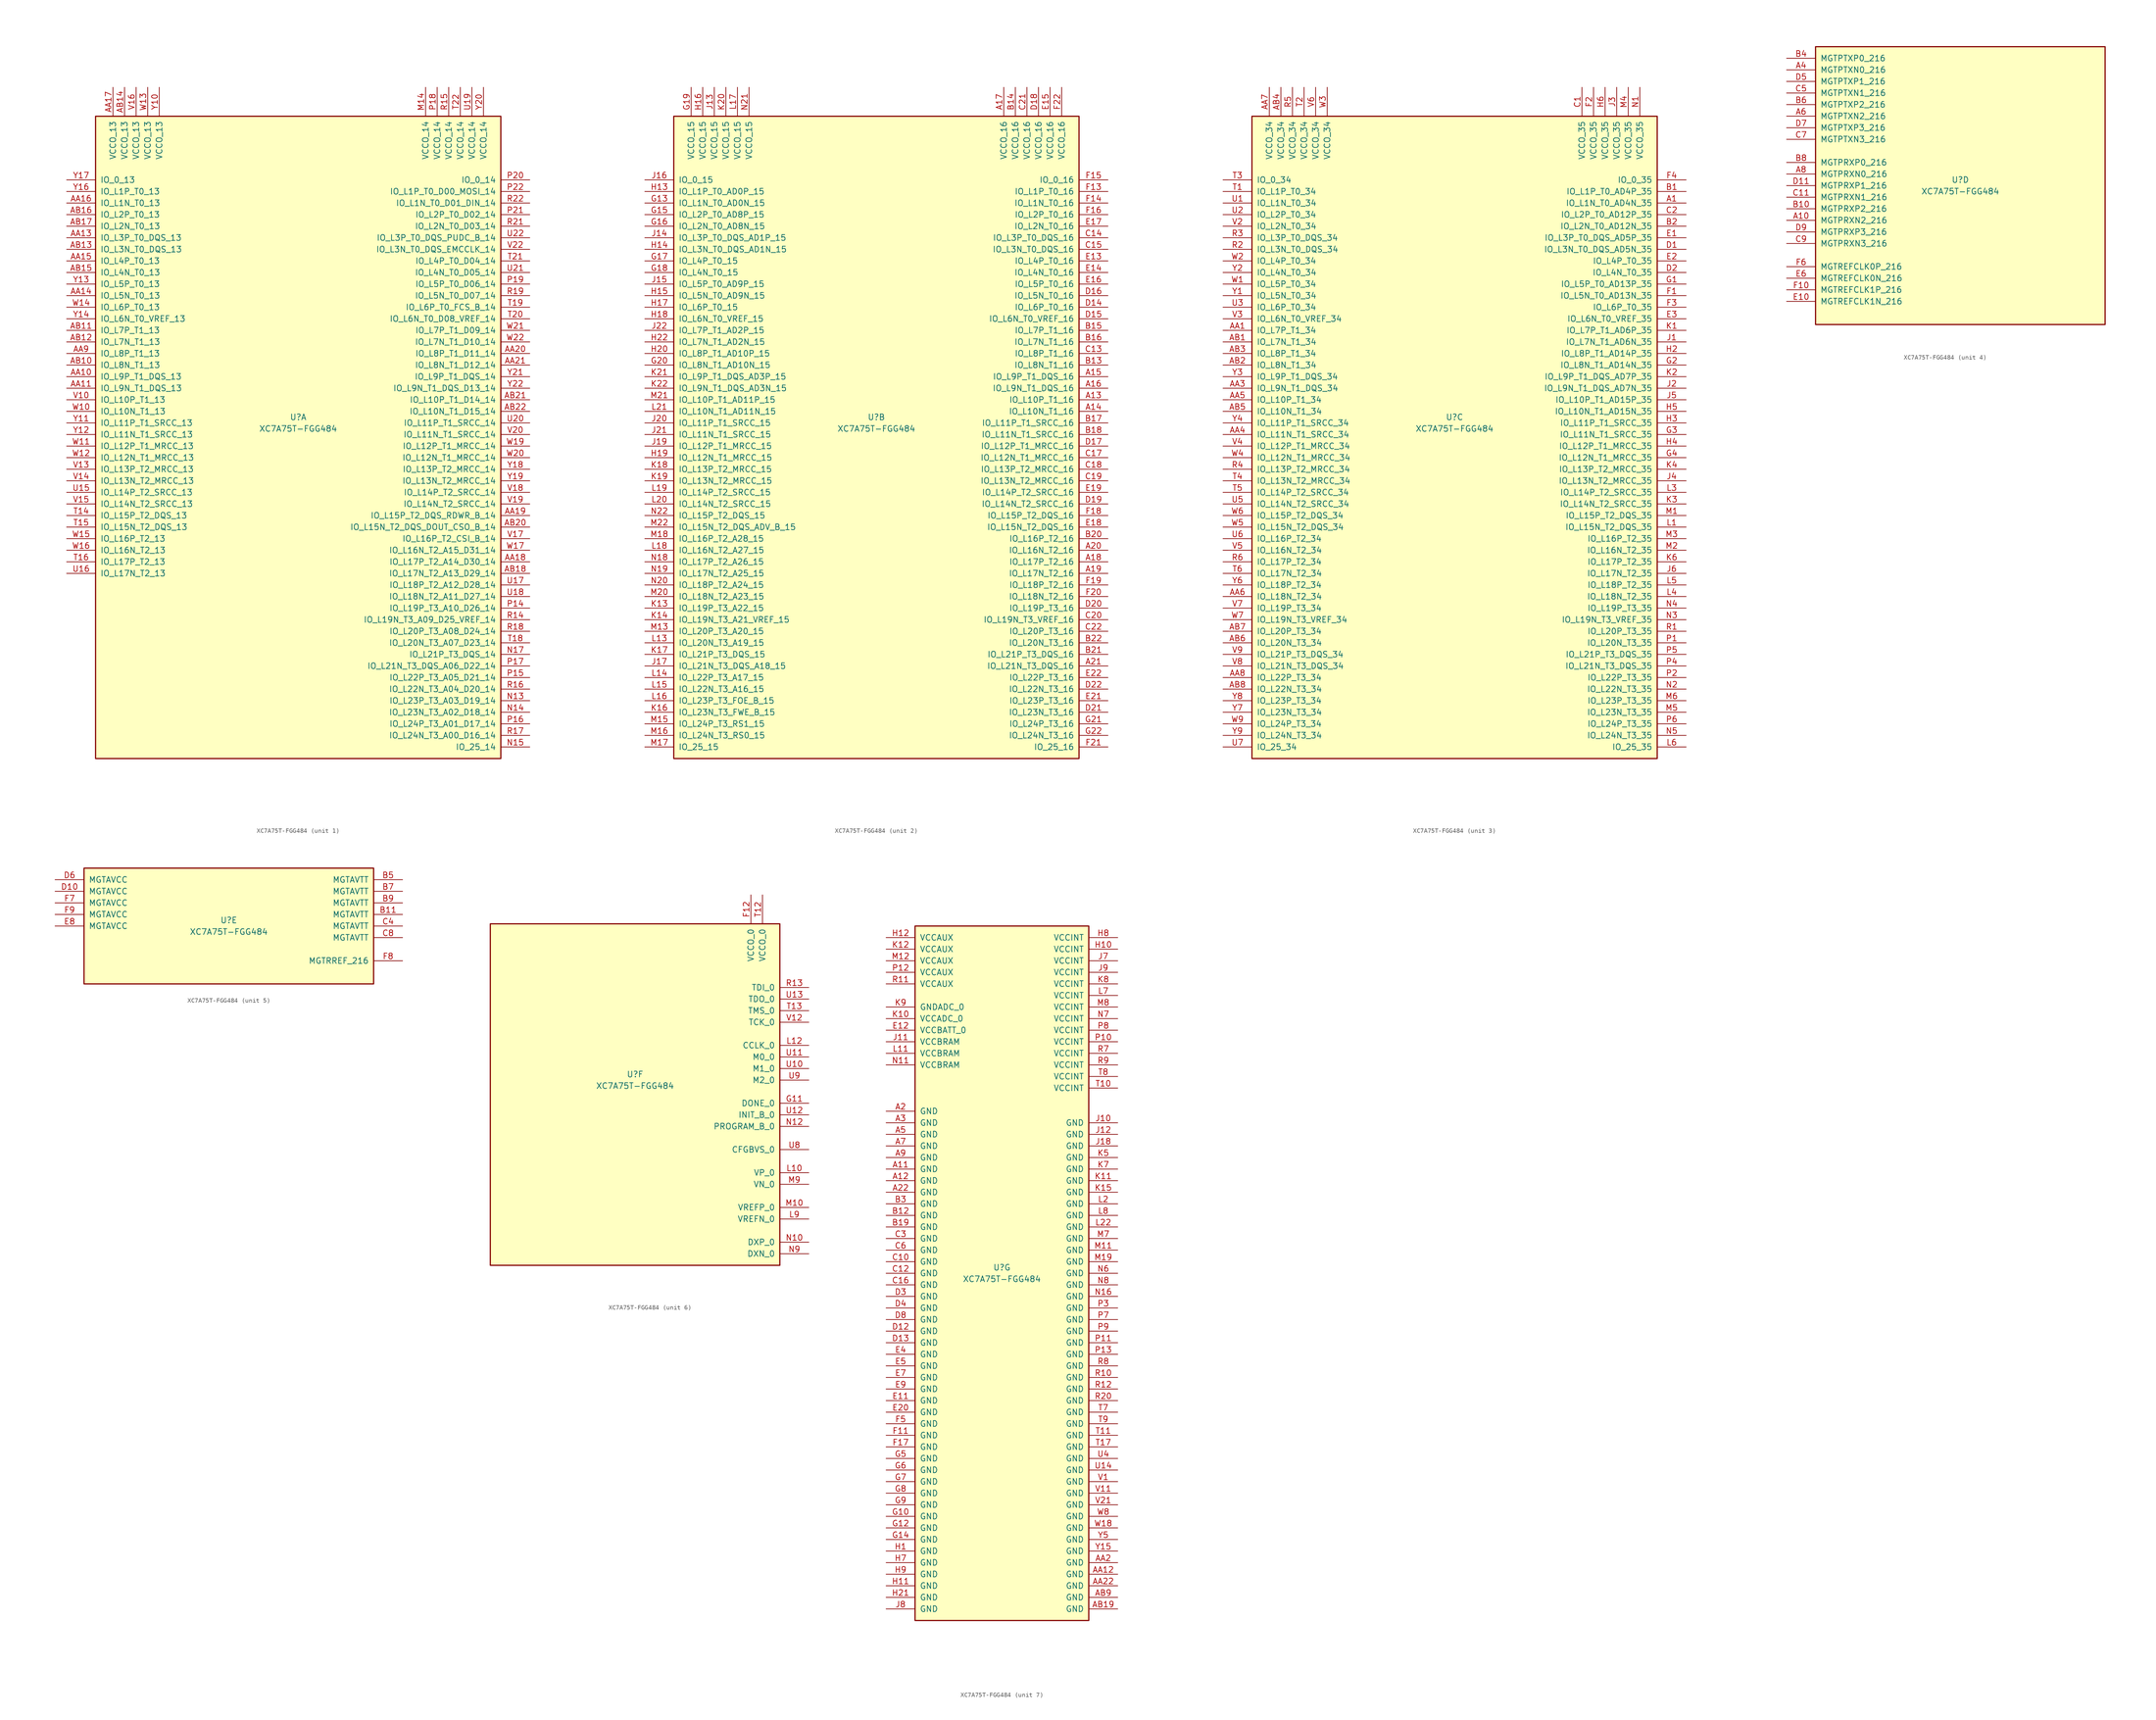
<source format=kicad_sym>
(kicad_symbol_lib
  (version 20211014)
  (generator kicad_symbol_editor)
  (symbol "XC7A75T-FGG484"
    (pin_names
      (offset 1.016))
    (property "Reference" "U"
      (at 0 1.27 0)
      (effects (font (size 1.27 1.27))))
    (property "Value" "XC7A75T-FGG484"
      (at 0 -1.27 0)
      (effects (font (size 1.27 1.27))))
    (property "Datasheet" ""
      (at 0 0 0)
      (effects (font (size 1.27 1.27))))
    (property "ki_locked" ""
      (at 0 0 0)
      (effects (font (size 1.27 1.27))))
    (symbol "XC7A75T-FGG484_1_1"
      (rectangle (start -44.45 67.31) (end 44.45 -73.66) (stroke (width 0.254) (type default) (color 0 0 0 0)) (fill (type background)))
      (pin bidirectional line (at -50.8 10.16 0) (length 6.35) (name "IO_L9P_T1_DQS_13" (effects (font (size 1.27 1.27)))) (number "AA10" (effects (font (size 1.27 1.27)))))
      (pin bidirectional line (at -50.8 7.62 0) (length 6.35) (name "IO_L9N_T1_DQS_13" (effects (font (size 1.27 1.27)))) (number "AA11" (effects (font (size 1.27 1.27)))))
      (pin bidirectional line (at -50.8 40.64 0) (length 6.35) (name "IO_L3P_T0_DQS_13" (effects (font (size 1.27 1.27)))) (number "AA13" (effects (font (size 1.27 1.27)))))
      (pin bidirectional line (at -50.8 27.94 0) (length 6.35) (name "IO_L5N_T0_13" (effects (font (size 1.27 1.27)))) (number "AA14" (effects (font (size 1.27 1.27)))))
      (pin bidirectional line (at -50.8 35.56 0) (length 6.35) (name "IO_L4P_T0_13" (effects (font (size 1.27 1.27)))) (number "AA15" (effects (font (size 1.27 1.27)))))
      (pin bidirectional line (at -50.8 48.26 0) (length 6.35) (name "IO_L1N_T0_13" (effects (font (size 1.27 1.27)))) (number "AA16" (effects (font (size 1.27 1.27)))))
      (pin power_in line (at -40.64 73.66 270) (length 6.35) (name "VCCO_13" (effects (font (size 1.27 1.27)))) (number "AA17" (effects (font (size 1.27 1.27)))))
      (pin bidirectional line (at 50.8 -30.48 180) (length 6.35) (name "IO_L17P_T2_A14_D30_14" (effects (font (size 1.27 1.27)))) (number "AA18" (effects (font (size 1.27 1.27)))))
      (pin bidirectional line (at 50.8 -20.32 180) (length 6.35) (name "IO_L15P_T2_DQS_RDWR_B_14" (effects (font (size 1.27 1.27)))) (number "AA19" (effects (font (size 1.27 1.27)))))
      (pin bidirectional line (at 50.8 15.24 180) (length 6.35) (name "IO_L8P_T1_D11_14" (effects (font (size 1.27 1.27)))) (number "AA20" (effects (font (size 1.27 1.27)))))
      (pin bidirectional line (at 50.8 12.7 180) (length 6.35) (name "IO_L8N_T1_D12_14" (effects (font (size 1.27 1.27)))) (number "AA21" (effects (font (size 1.27 1.27)))))
      (pin bidirectional line (at -50.8 15.24 0) (length 6.35) (name "IO_L8P_T1_13" (effects (font (size 1.27 1.27)))) (number "AA9" (effects (font (size 1.27 1.27)))))
      (pin bidirectional line (at -50.8 12.7 0) (length 6.35) (name "IO_L8N_T1_13" (effects (font (size 1.27 1.27)))) (number "AB10" (effects (font (size 1.27 1.27)))))
      (pin bidirectional line (at -50.8 20.32 0) (length 6.35) (name "IO_L7P_T1_13" (effects (font (size 1.27 1.27)))) (number "AB11" (effects (font (size 1.27 1.27)))))
      (pin bidirectional line (at -50.8 17.78 0) (length 6.35) (name "IO_L7N_T1_13" (effects (font (size 1.27 1.27)))) (number "AB12" (effects (font (size 1.27 1.27)))))
      (pin bidirectional line (at -50.8 38.1 0) (length 6.35) (name "IO_L3N_T0_DQS_13" (effects (font (size 1.27 1.27)))) (number "AB13" (effects (font (size 1.27 1.27)))))
      (pin power_in line (at -38.1 73.66 270) (length 6.35) (name "VCCO_13" (effects (font (size 1.27 1.27)))) (number "AB14" (effects (font (size 1.27 1.27)))))
      (pin bidirectional line (at -50.8 33.02 0) (length 6.35) (name "IO_L4N_T0_13" (effects (font (size 1.27 1.27)))) (number "AB15" (effects (font (size 1.27 1.27)))))
      (pin bidirectional line (at -50.8 45.72 0) (length 6.35) (name "IO_L2P_T0_13" (effects (font (size 1.27 1.27)))) (number "AB16" (effects (font (size 1.27 1.27)))))
      (pin bidirectional line (at -50.8 43.18 0) (length 6.35) (name "IO_L2N_T0_13" (effects (font (size 1.27 1.27)))) (number "AB17" (effects (font (size 1.27 1.27)))))
      (pin bidirectional line (at 50.8 -33.02 180) (length 6.35) (name "IO_L17N_T2_A13_D29_14" (effects (font (size 1.27 1.27)))) (number "AB18" (effects (font (size 1.27 1.27)))))
      (pin bidirectional line (at 50.8 -22.86 180) (length 6.35) (name "IO_L15N_T2_DQS_DOUT_CSO_B_14" (effects (font (size 1.27 1.27)))) (number "AB20" (effects (font (size 1.27 1.27)))))
      (pin bidirectional line (at 50.8 5.08 180) (length 6.35) (name "IO_L10P_T1_D14_14" (effects (font (size 1.27 1.27)))) (number "AB21" (effects (font (size 1.27 1.27)))))
      (pin bidirectional line (at 50.8 2.54 180) (length 6.35) (name "IO_L10N_T1_D15_14" (effects (font (size 1.27 1.27)))) (number "AB22" (effects (font (size 1.27 1.27)))))
      (pin power_in line (at 27.94 73.66 270) (length 6.35) (name "VCCO_14" (effects (font (size 1.27 1.27)))) (number "M14" (effects (font (size 1.27 1.27)))))
      (pin bidirectional line (at 50.8 -60.96 180) (length 6.35) (name "IO_L23P_T3_A03_D19_14" (effects (font (size 1.27 1.27)))) (number "N13" (effects (font (size 1.27 1.27)))))
      (pin bidirectional line (at 50.8 -63.5 180) (length 6.35) (name "IO_L23N_T3_A02_D18_14" (effects (font (size 1.27 1.27)))) (number "N14" (effects (font (size 1.27 1.27)))))
      (pin bidirectional line (at 50.8 -71.12 180) (length 6.35) (name "IO_25_14" (effects (font (size 1.27 1.27)))) (number "N15" (effects (font (size 1.27 1.27)))))
      (pin bidirectional line (at 50.8 -50.8 180) (length 6.35) (name "IO_L21P_T3_DQS_14" (effects (font (size 1.27 1.27)))) (number "N17" (effects (font (size 1.27 1.27)))))
      (pin bidirectional line (at 50.8 -40.64 180) (length 6.35) (name "IO_L19P_T3_A10_D26_14" (effects (font (size 1.27 1.27)))) (number "P14" (effects (font (size 1.27 1.27)))))
      (pin bidirectional line (at 50.8 -55.88 180) (length 6.35) (name "IO_L22P_T3_A05_D21_14" (effects (font (size 1.27 1.27)))) (number "P15" (effects (font (size 1.27 1.27)))))
      (pin bidirectional line (at 50.8 -66.04 180) (length 6.35) (name "IO_L24P_T3_A01_D17_14" (effects (font (size 1.27 1.27)))) (number "P16" (effects (font (size 1.27 1.27)))))
      (pin bidirectional line (at 50.8 -53.34 180) (length 6.35) (name "IO_L21N_T3_DQS_A06_D22_14" (effects (font (size 1.27 1.27)))) (number "P17" (effects (font (size 1.27 1.27)))))
      (pin power_in line (at 30.48 73.66 270) (length 6.35) (name "VCCO_14" (effects (font (size 1.27 1.27)))) (number "P18" (effects (font (size 1.27 1.27)))))
      (pin bidirectional line (at 50.8 30.48 180) (length 6.35) (name "IO_L5P_T0_D06_14" (effects (font (size 1.27 1.27)))) (number "P19" (effects (font (size 1.27 1.27)))))
      (pin bidirectional line (at 50.8 53.34 180) (length 6.35) (name "IO_0_14" (effects (font (size 1.27 1.27)))) (number "P20" (effects (font (size 1.27 1.27)))))
      (pin bidirectional line (at 50.8 45.72 180) (length 6.35) (name "IO_L2P_T0_D02_14" (effects (font (size 1.27 1.27)))) (number "P21" (effects (font (size 1.27 1.27)))))
      (pin bidirectional line (at 50.8 50.8 180) (length 6.35) (name "IO_L1P_T0_D00_MOSI_14" (effects (font (size 1.27 1.27)))) (number "P22" (effects (font (size 1.27 1.27)))))
      (pin bidirectional line (at 50.8 -43.18 180) (length 6.35) (name "IO_L19N_T3_A09_D25_VREF_14" (effects (font (size 1.27 1.27)))) (number "R14" (effects (font (size 1.27 1.27)))))
      (pin power_in line (at 33.02 73.66 270) (length 6.35) (name "VCCO_14" (effects (font (size 1.27 1.27)))) (number "R15" (effects (font (size 1.27 1.27)))))
      (pin bidirectional line (at 50.8 -58.42 180) (length 6.35) (name "IO_L22N_T3_A04_D20_14" (effects (font (size 1.27 1.27)))) (number "R16" (effects (font (size 1.27 1.27)))))
      (pin bidirectional line (at 50.8 -68.58 180) (length 6.35) (name "IO_L24N_T3_A00_D16_14" (effects (font (size 1.27 1.27)))) (number "R17" (effects (font (size 1.27 1.27)))))
      (pin bidirectional line (at 50.8 -45.72 180) (length 6.35) (name "IO_L20P_T3_A08_D24_14" (effects (font (size 1.27 1.27)))) (number "R18" (effects (font (size 1.27 1.27)))))
      (pin bidirectional line (at 50.8 27.94 180) (length 6.35) (name "IO_L5N_T0_D07_14" (effects (font (size 1.27 1.27)))) (number "R19" (effects (font (size 1.27 1.27)))))
      (pin bidirectional line (at 50.8 43.18 180) (length 6.35) (name "IO_L2N_T0_D03_14" (effects (font (size 1.27 1.27)))) (number "R21" (effects (font (size 1.27 1.27)))))
      (pin bidirectional line (at 50.8 48.26 180) (length 6.35) (name "IO_L1N_T0_D01_DIN_14" (effects (font (size 1.27 1.27)))) (number "R22" (effects (font (size 1.27 1.27)))))
      (pin bidirectional line (at -50.8 -20.32 0) (length 6.35) (name "IO_L15P_T2_DQS_13" (effects (font (size 1.27 1.27)))) (number "T14" (effects (font (size 1.27 1.27)))))
      (pin bidirectional line (at -50.8 -22.86 0) (length 6.35) (name "IO_L15N_T2_DQS_13" (effects (font (size 1.27 1.27)))) (number "T15" (effects (font (size 1.27 1.27)))))
      (pin bidirectional line (at -50.8 -30.48 0) (length 6.35) (name "IO_L17P_T2_13" (effects (font (size 1.27 1.27)))) (number "T16" (effects (font (size 1.27 1.27)))))
      (pin bidirectional line (at 50.8 -48.26 180) (length 6.35) (name "IO_L20N_T3_A07_D23_14" (effects (font (size 1.27 1.27)))) (number "T18" (effects (font (size 1.27 1.27)))))
      (pin bidirectional line (at 50.8 25.4 180) (length 6.35) (name "IO_L6P_T0_FCS_B_14" (effects (font (size 1.27 1.27)))) (number "T19" (effects (font (size 1.27 1.27)))))
      (pin bidirectional line (at 50.8 22.86 180) (length 6.35) (name "IO_L6N_T0_D08_VREF_14" (effects (font (size 1.27 1.27)))) (number "T20" (effects (font (size 1.27 1.27)))))
      (pin bidirectional line (at 50.8 35.56 180) (length 6.35) (name "IO_L4P_T0_D04_14" (effects (font (size 1.27 1.27)))) (number "T21" (effects (font (size 1.27 1.27)))))
      (pin power_in line (at 35.56 73.66 270) (length 6.35) (name "VCCO_14" (effects (font (size 1.27 1.27)))) (number "T22" (effects (font (size 1.27 1.27)))))
      (pin bidirectional line (at -50.8 -15.24 0) (length 6.35) (name "IO_L14P_T2_SRCC_13" (effects (font (size 1.27 1.27)))) (number "U15" (effects (font (size 1.27 1.27)))))
      (pin bidirectional line (at -50.8 -33.02 0) (length 6.35) (name "IO_L17N_T2_13" (effects (font (size 1.27 1.27)))) (number "U16" (effects (font (size 1.27 1.27)))))
      (pin bidirectional line (at 50.8 -35.56 180) (length 6.35) (name "IO_L18P_T2_A12_D28_14" (effects (font (size 1.27 1.27)))) (number "U17" (effects (font (size 1.27 1.27)))))
      (pin bidirectional line (at 50.8 -38.1 180) (length 6.35) (name "IO_L18N_T2_A11_D27_14" (effects (font (size 1.27 1.27)))) (number "U18" (effects (font (size 1.27 1.27)))))
      (pin power_in line (at 38.1 73.66 270) (length 6.35) (name "VCCO_14" (effects (font (size 1.27 1.27)))) (number "U19" (effects (font (size 1.27 1.27)))))
      (pin bidirectional line (at 50.8 0 180) (length 6.35) (name "IO_L11P_T1_SRCC_14" (effects (font (size 1.27 1.27)))) (number "U20" (effects (font (size 1.27 1.27)))))
      (pin bidirectional line (at 50.8 33.02 180) (length 6.35) (name "IO_L4N_T0_D05_14" (effects (font (size 1.27 1.27)))) (number "U21" (effects (font (size 1.27 1.27)))))
      (pin bidirectional line (at 50.8 40.64 180) (length 6.35) (name "IO_L3P_T0_DQS_PUDC_B_14" (effects (font (size 1.27 1.27)))) (number "U22" (effects (font (size 1.27 1.27)))))
      (pin bidirectional line (at -50.8 5.08 0) (length 6.35) (name "IO_L10P_T1_13" (effects (font (size 1.27 1.27)))) (number "V10" (effects (font (size 1.27 1.27)))))
      (pin bidirectional line (at -50.8 -10.16 0) (length 6.35) (name "IO_L13P_T2_MRCC_13" (effects (font (size 1.27 1.27)))) (number "V13" (effects (font (size 1.27 1.27)))))
      (pin bidirectional line (at -50.8 -12.7 0) (length 6.35) (name "IO_L13N_T2_MRCC_13" (effects (font (size 1.27 1.27)))) (number "V14" (effects (font (size 1.27 1.27)))))
      (pin bidirectional line (at -50.8 -17.78 0) (length 6.35) (name "IO_L14N_T2_SRCC_13" (effects (font (size 1.27 1.27)))) (number "V15" (effects (font (size 1.27 1.27)))))
      (pin power_in line (at -35.56 73.66 270) (length 6.35) (name "VCCO_13" (effects (font (size 1.27 1.27)))) (number "V16" (effects (font (size 1.27 1.27)))))
      (pin bidirectional line (at 50.8 -25.4 180) (length 6.35) (name "IO_L16P_T2_CSI_B_14" (effects (font (size 1.27 1.27)))) (number "V17" (effects (font (size 1.27 1.27)))))
      (pin bidirectional line (at 50.8 -15.24 180) (length 6.35) (name "IO_L14P_T2_SRCC_14" (effects (font (size 1.27 1.27)))) (number "V18" (effects (font (size 1.27 1.27)))))
      (pin bidirectional line (at 50.8 -17.78 180) (length 6.35) (name "IO_L14N_T2_SRCC_14" (effects (font (size 1.27 1.27)))) (number "V19" (effects (font (size 1.27 1.27)))))
      (pin bidirectional line (at 50.8 -2.54 180) (length 6.35) (name "IO_L11N_T1_SRCC_14" (effects (font (size 1.27 1.27)))) (number "V20" (effects (font (size 1.27 1.27)))))
      (pin bidirectional line (at 50.8 38.1 180) (length 6.35) (name "IO_L3N_T0_DQS_EMCCLK_14" (effects (font (size 1.27 1.27)))) (number "V22" (effects (font (size 1.27 1.27)))))
      (pin bidirectional line (at -50.8 2.54 0) (length 6.35) (name "IO_L10N_T1_13" (effects (font (size 1.27 1.27)))) (number "W10" (effects (font (size 1.27 1.27)))))
      (pin bidirectional line (at -50.8 -5.08 0) (length 6.35) (name "IO_L12P_T1_MRCC_13" (effects (font (size 1.27 1.27)))) (number "W11" (effects (font (size 1.27 1.27)))))
      (pin bidirectional line (at -50.8 -7.62 0) (length 6.35) (name "IO_L12N_T1_MRCC_13" (effects (font (size 1.27 1.27)))) (number "W12" (effects (font (size 1.27 1.27)))))
      (pin power_in line (at -33.02 73.66 270) (length 6.35) (name "VCCO_13" (effects (font (size 1.27 1.27)))) (number "W13" (effects (font (size 1.27 1.27)))))
      (pin bidirectional line (at -50.8 25.4 0) (length 6.35) (name "IO_L6P_T0_13" (effects (font (size 1.27 1.27)))) (number "W14" (effects (font (size 1.27 1.27)))))
      (pin bidirectional line (at -50.8 -25.4 0) (length 6.35) (name "IO_L16P_T2_13" (effects (font (size 1.27 1.27)))) (number "W15" (effects (font (size 1.27 1.27)))))
      (pin bidirectional line (at -50.8 -27.94 0) (length 6.35) (name "IO_L16N_T2_13" (effects (font (size 1.27 1.27)))) (number "W16" (effects (font (size 1.27 1.27)))))
      (pin bidirectional line (at 50.8 -27.94 180) (length 6.35) (name "IO_L16N_T2_A15_D31_14" (effects (font (size 1.27 1.27)))) (number "W17" (effects (font (size 1.27 1.27)))))
      (pin bidirectional line (at 50.8 -5.08 180) (length 6.35) (name "IO_L12P_T1_MRCC_14" (effects (font (size 1.27 1.27)))) (number "W19" (effects (font (size 1.27 1.27)))))
      (pin bidirectional line (at 50.8 -7.62 180) (length 6.35) (name "IO_L12N_T1_MRCC_14" (effects (font (size 1.27 1.27)))) (number "W20" (effects (font (size 1.27 1.27)))))
      (pin bidirectional line (at 50.8 20.32 180) (length 6.35) (name "IO_L7P_T1_D09_14" (effects (font (size 1.27 1.27)))) (number "W21" (effects (font (size 1.27 1.27)))))
      (pin bidirectional line (at 50.8 17.78 180) (length 6.35) (name "IO_L7N_T1_D10_14" (effects (font (size 1.27 1.27)))) (number "W22" (effects (font (size 1.27 1.27)))))
      (pin power_in line (at -30.48 73.66 270) (length 6.35) (name "VCCO_13" (effects (font (size 1.27 1.27)))) (number "Y10" (effects (font (size 1.27 1.27)))))
      (pin bidirectional line (at -50.8 0 0) (length 6.35) (name "IO_L11P_T1_SRCC_13" (effects (font (size 1.27 1.27)))) (number "Y11" (effects (font (size 1.27 1.27)))))
      (pin bidirectional line (at -50.8 -2.54 0) (length 6.35) (name "IO_L11N_T1_SRCC_13" (effects (font (size 1.27 1.27)))) (number "Y12" (effects (font (size 1.27 1.27)))))
      (pin bidirectional line (at -50.8 30.48 0) (length 6.35) (name "IO_L5P_T0_13" (effects (font (size 1.27 1.27)))) (number "Y13" (effects (font (size 1.27 1.27)))))
      (pin bidirectional line (at -50.8 22.86 0) (length 6.35) (name "IO_L6N_T0_VREF_13" (effects (font (size 1.27 1.27)))) (number "Y14" (effects (font (size 1.27 1.27)))))
      (pin bidirectional line (at -50.8 50.8 0) (length 6.35) (name "IO_L1P_T0_13" (effects (font (size 1.27 1.27)))) (number "Y16" (effects (font (size 1.27 1.27)))))
      (pin bidirectional line (at -50.8 53.34 0) (length 6.35) (name "IO_0_13" (effects (font (size 1.27 1.27)))) (number "Y17" (effects (font (size 1.27 1.27)))))
      (pin bidirectional line (at 50.8 -10.16 180) (length 6.35) (name "IO_L13P_T2_MRCC_14" (effects (font (size 1.27 1.27)))) (number "Y18" (effects (font (size 1.27 1.27)))))
      (pin bidirectional line (at 50.8 -12.7 180) (length 6.35) (name "IO_L13N_T2_MRCC_14" (effects (font (size 1.27 1.27)))) (number "Y19" (effects (font (size 1.27 1.27)))))
      (pin power_in line (at 40.64 73.66 270) (length 6.35) (name "VCCO_14" (effects (font (size 1.27 1.27)))) (number "Y20" (effects (font (size 1.27 1.27)))))
      (pin bidirectional line (at 50.8 10.16 180) (length 6.35) (name "IO_L9P_T1_DQS_14" (effects (font (size 1.27 1.27)))) (number "Y21" (effects (font (size 1.27 1.27)))))
      (pin bidirectional line (at 50.8 7.62 180) (length 6.35) (name "IO_L9N_T1_DQS_D13_14" (effects (font (size 1.27 1.27)))) (number "Y22" (effects (font (size 1.27 1.27))))))
    (symbol "XC7A75T-FGG484_2_1"
      (rectangle (start -44.45 67.31) (end 44.45 -73.66) (stroke (width 0.254) (type default) (color 0 0 0 0)) (fill (type background)))
      (pin bidirectional line (at 50.8 5.08 180) (length 6.35) (name "IO_L10P_T1_16" (effects (font (size 1.27 1.27)))) (number "A13" (effects (font (size 1.27 1.27)))))
      (pin bidirectional line (at 50.8 2.54 180) (length 6.35) (name "IO_L10N_T1_16" (effects (font (size 1.27 1.27)))) (number "A14" (effects (font (size 1.27 1.27)))))
      (pin bidirectional line (at 50.8 10.16 180) (length 6.35) (name "IO_L9P_T1_DQS_16" (effects (font (size 1.27 1.27)))) (number "A15" (effects (font (size 1.27 1.27)))))
      (pin bidirectional line (at 50.8 7.62 180) (length 6.35) (name "IO_L9N_T1_DQS_16" (effects (font (size 1.27 1.27)))) (number "A16" (effects (font (size 1.27 1.27)))))
      (pin power_in line (at 27.94 73.66 270) (length 6.35) (name "VCCO_16" (effects (font (size 1.27 1.27)))) (number "A17" (effects (font (size 1.27 1.27)))))
      (pin bidirectional line (at 50.8 -30.48 180) (length 6.35) (name "IO_L17P_T2_16" (effects (font (size 1.27 1.27)))) (number "A18" (effects (font (size 1.27 1.27)))))
      (pin bidirectional line (at 50.8 -33.02 180) (length 6.35) (name "IO_L17N_T2_16" (effects (font (size 1.27 1.27)))) (number "A19" (effects (font (size 1.27 1.27)))))
      (pin bidirectional line (at 50.8 -27.94 180) (length 6.35) (name "IO_L16N_T2_16" (effects (font (size 1.27 1.27)))) (number "A20" (effects (font (size 1.27 1.27)))))
      (pin bidirectional line (at 50.8 -53.34 180) (length 6.35) (name "IO_L21N_T3_DQS_16" (effects (font (size 1.27 1.27)))) (number "A21" (effects (font (size 1.27 1.27)))))
      (pin bidirectional line (at 50.8 12.7 180) (length 6.35) (name "IO_L8N_T1_16" (effects (font (size 1.27 1.27)))) (number "B13" (effects (font (size 1.27 1.27)))))
      (pin power_in line (at 30.48 73.66 270) (length 6.35) (name "VCCO_16" (effects (font (size 1.27 1.27)))) (number "B14" (effects (font (size 1.27 1.27)))))
      (pin bidirectional line (at 50.8 20.32 180) (length 6.35) (name "IO_L7P_T1_16" (effects (font (size 1.27 1.27)))) (number "B15" (effects (font (size 1.27 1.27)))))
      (pin bidirectional line (at 50.8 17.78 180) (length 6.35) (name "IO_L7N_T1_16" (effects (font (size 1.27 1.27)))) (number "B16" (effects (font (size 1.27 1.27)))))
      (pin bidirectional line (at 50.8 0 180) (length 6.35) (name "IO_L11P_T1_SRCC_16" (effects (font (size 1.27 1.27)))) (number "B17" (effects (font (size 1.27 1.27)))))
      (pin bidirectional line (at 50.8 -2.54 180) (length 6.35) (name "IO_L11N_T1_SRCC_16" (effects (font (size 1.27 1.27)))) (number "B18" (effects (font (size 1.27 1.27)))))
      (pin bidirectional line (at 50.8 -25.4 180) (length 6.35) (name "IO_L16P_T2_16" (effects (font (size 1.27 1.27)))) (number "B20" (effects (font (size 1.27 1.27)))))
      (pin bidirectional line (at 50.8 -50.8 180) (length 6.35) (name "IO_L21P_T3_DQS_16" (effects (font (size 1.27 1.27)))) (number "B21" (effects (font (size 1.27 1.27)))))
      (pin bidirectional line (at 50.8 -48.26 180) (length 6.35) (name "IO_L20N_T3_16" (effects (font (size 1.27 1.27)))) (number "B22" (effects (font (size 1.27 1.27)))))
      (pin bidirectional line (at 50.8 15.24 180) (length 6.35) (name "IO_L8P_T1_16" (effects (font (size 1.27 1.27)))) (number "C13" (effects (font (size 1.27 1.27)))))
      (pin bidirectional line (at 50.8 40.64 180) (length 6.35) (name "IO_L3P_T0_DQS_16" (effects (font (size 1.27 1.27)))) (number "C14" (effects (font (size 1.27 1.27)))))
      (pin bidirectional line (at 50.8 38.1 180) (length 6.35) (name "IO_L3N_T0_DQS_16" (effects (font (size 1.27 1.27)))) (number "C15" (effects (font (size 1.27 1.27)))))
      (pin bidirectional line (at 50.8 -7.62 180) (length 6.35) (name "IO_L12N_T1_MRCC_16" (effects (font (size 1.27 1.27)))) (number "C17" (effects (font (size 1.27 1.27)))))
      (pin bidirectional line (at 50.8 -10.16 180) (length 6.35) (name "IO_L13P_T2_MRCC_16" (effects (font (size 1.27 1.27)))) (number "C18" (effects (font (size 1.27 1.27)))))
      (pin bidirectional line (at 50.8 -12.7 180) (length 6.35) (name "IO_L13N_T2_MRCC_16" (effects (font (size 1.27 1.27)))) (number "C19" (effects (font (size 1.27 1.27)))))
      (pin bidirectional line (at 50.8 -43.18 180) (length 6.35) (name "IO_L19N_T3_VREF_16" (effects (font (size 1.27 1.27)))) (number "C20" (effects (font (size 1.27 1.27)))))
      (pin power_in line (at 33.02 73.66 270) (length 6.35) (name "VCCO_16" (effects (font (size 1.27 1.27)))) (number "C21" (effects (font (size 1.27 1.27)))))
      (pin bidirectional line (at 50.8 -45.72 180) (length 6.35) (name "IO_L20P_T3_16" (effects (font (size 1.27 1.27)))) (number "C22" (effects (font (size 1.27 1.27)))))
      (pin bidirectional line (at 50.8 25.4 180) (length 6.35) (name "IO_L6P_T0_16" (effects (font (size 1.27 1.27)))) (number "D14" (effects (font (size 1.27 1.27)))))
      (pin bidirectional line (at 50.8 22.86 180) (length 6.35) (name "IO_L6N_T0_VREF_16" (effects (font (size 1.27 1.27)))) (number "D15" (effects (font (size 1.27 1.27)))))
      (pin bidirectional line (at 50.8 27.94 180) (length 6.35) (name "IO_L5N_T0_16" (effects (font (size 1.27 1.27)))) (number "D16" (effects (font (size 1.27 1.27)))))
      (pin bidirectional line (at 50.8 -5.08 180) (length 6.35) (name "IO_L12P_T1_MRCC_16" (effects (font (size 1.27 1.27)))) (number "D17" (effects (font (size 1.27 1.27)))))
      (pin power_in line (at 35.56 73.66 270) (length 6.35) (name "VCCO_16" (effects (font (size 1.27 1.27)))) (number "D18" (effects (font (size 1.27 1.27)))))
      (pin bidirectional line (at 50.8 -17.78 180) (length 6.35) (name "IO_L14N_T2_SRCC_16" (effects (font (size 1.27 1.27)))) (number "D19" (effects (font (size 1.27 1.27)))))
      (pin bidirectional line (at 50.8 -40.64 180) (length 6.35) (name "IO_L19P_T3_16" (effects (font (size 1.27 1.27)))) (number "D20" (effects (font (size 1.27 1.27)))))
      (pin bidirectional line (at 50.8 -63.5 180) (length 6.35) (name "IO_L23N_T3_16" (effects (font (size 1.27 1.27)))) (number "D21" (effects (font (size 1.27 1.27)))))
      (pin bidirectional line (at 50.8 -58.42 180) (length 6.35) (name "IO_L22N_T3_16" (effects (font (size 1.27 1.27)))) (number "D22" (effects (font (size 1.27 1.27)))))
      (pin bidirectional line (at 50.8 35.56 180) (length 6.35) (name "IO_L4P_T0_16" (effects (font (size 1.27 1.27)))) (number "E13" (effects (font (size 1.27 1.27)))))
      (pin bidirectional line (at 50.8 33.02 180) (length 6.35) (name "IO_L4N_T0_16" (effects (font (size 1.27 1.27)))) (number "E14" (effects (font (size 1.27 1.27)))))
      (pin power_in line (at 38.1 73.66 270) (length 6.35) (name "VCCO_16" (effects (font (size 1.27 1.27)))) (number "E15" (effects (font (size 1.27 1.27)))))
      (pin bidirectional line (at 50.8 30.48 180) (length 6.35) (name "IO_L5P_T0_16" (effects (font (size 1.27 1.27)))) (number "E16" (effects (font (size 1.27 1.27)))))
      (pin bidirectional line (at 50.8 43.18 180) (length 6.35) (name "IO_L2N_T0_16" (effects (font (size 1.27 1.27)))) (number "E17" (effects (font (size 1.27 1.27)))))
      (pin bidirectional line (at 50.8 -22.86 180) (length 6.35) (name "IO_L15N_T2_DQS_16" (effects (font (size 1.27 1.27)))) (number "E18" (effects (font (size 1.27 1.27)))))
      (pin bidirectional line (at 50.8 -15.24 180) (length 6.35) (name "IO_L14P_T2_SRCC_16" (effects (font (size 1.27 1.27)))) (number "E19" (effects (font (size 1.27 1.27)))))
      (pin bidirectional line (at 50.8 -60.96 180) (length 6.35) (name "IO_L23P_T3_16" (effects (font (size 1.27 1.27)))) (number "E21" (effects (font (size 1.27 1.27)))))
      (pin bidirectional line (at 50.8 -55.88 180) (length 6.35) (name "IO_L22P_T3_16" (effects (font (size 1.27 1.27)))) (number "E22" (effects (font (size 1.27 1.27)))))
      (pin bidirectional line (at 50.8 50.8 180) (length 6.35) (name "IO_L1P_T0_16" (effects (font (size 1.27 1.27)))) (number "F13" (effects (font (size 1.27 1.27)))))
      (pin bidirectional line (at 50.8 48.26 180) (length 6.35) (name "IO_L1N_T0_16" (effects (font (size 1.27 1.27)))) (number "F14" (effects (font (size 1.27 1.27)))))
      (pin bidirectional line (at 50.8 53.34 180) (length 6.35) (name "IO_0_16" (effects (font (size 1.27 1.27)))) (number "F15" (effects (font (size 1.27 1.27)))))
      (pin bidirectional line (at 50.8 45.72 180) (length 6.35) (name "IO_L2P_T0_16" (effects (font (size 1.27 1.27)))) (number "F16" (effects (font (size 1.27 1.27)))))
      (pin bidirectional line (at 50.8 -20.32 180) (length 6.35) (name "IO_L15P_T2_DQS_16" (effects (font (size 1.27 1.27)))) (number "F18" (effects (font (size 1.27 1.27)))))
      (pin bidirectional line (at 50.8 -35.56 180) (length 6.35) (name "IO_L18P_T2_16" (effects (font (size 1.27 1.27)))) (number "F19" (effects (font (size 1.27 1.27)))))
      (pin bidirectional line (at 50.8 -38.1 180) (length 6.35) (name "IO_L18N_T2_16" (effects (font (size 1.27 1.27)))) (number "F20" (effects (font (size 1.27 1.27)))))
      (pin bidirectional line (at 50.8 -71.12 180) (length 6.35) (name "IO_25_16" (effects (font (size 1.27 1.27)))) (number "F21" (effects (font (size 1.27 1.27)))))
      (pin power_in line (at 40.64 73.66 270) (length 6.35) (name "VCCO_16" (effects (font (size 1.27 1.27)))) (number "F22" (effects (font (size 1.27 1.27)))))
      (pin bidirectional line (at -50.8 48.26 0) (length 6.35) (name "IO_L1N_T0_AD0N_15" (effects (font (size 1.27 1.27)))) (number "G13" (effects (font (size 1.27 1.27)))))
      (pin bidirectional line (at -50.8 45.72 0) (length 6.35) (name "IO_L2P_T0_AD8P_15" (effects (font (size 1.27 1.27)))) (number "G15" (effects (font (size 1.27 1.27)))))
      (pin bidirectional line (at -50.8 43.18 0) (length 6.35) (name "IO_L2N_T0_AD8N_15" (effects (font (size 1.27 1.27)))) (number "G16" (effects (font (size 1.27 1.27)))))
      (pin bidirectional line (at -50.8 35.56 0) (length 6.35) (name "IO_L4P_T0_15" (effects (font (size 1.27 1.27)))) (number "G17" (effects (font (size 1.27 1.27)))))
      (pin bidirectional line (at -50.8 33.02 0) (length 6.35) (name "IO_L4N_T0_15" (effects (font (size 1.27 1.27)))) (number "G18" (effects (font (size 1.27 1.27)))))
      (pin power_in line (at -40.64 73.66 270) (length 6.35) (name "VCCO_15" (effects (font (size 1.27 1.27)))) (number "G19" (effects (font (size 1.27 1.27)))))
      (pin bidirectional line (at -50.8 12.7 0) (length 6.35) (name "IO_L8N_T1_AD10N_15" (effects (font (size 1.27 1.27)))) (number "G20" (effects (font (size 1.27 1.27)))))
      (pin bidirectional line (at 50.8 -66.04 180) (length 6.35) (name "IO_L24P_T3_16" (effects (font (size 1.27 1.27)))) (number "G21" (effects (font (size 1.27 1.27)))))
      (pin bidirectional line (at 50.8 -68.58 180) (length 6.35) (name "IO_L24N_T3_16" (effects (font (size 1.27 1.27)))) (number "G22" (effects (font (size 1.27 1.27)))))
      (pin bidirectional line (at -50.8 50.8 0) (length 6.35) (name "IO_L1P_T0_AD0P_15" (effects (font (size 1.27 1.27)))) (number "H13" (effects (font (size 1.27 1.27)))))
      (pin bidirectional line (at -50.8 38.1 0) (length 6.35) (name "IO_L3N_T0_DQS_AD1N_15" (effects (font (size 1.27 1.27)))) (number "H14" (effects (font (size 1.27 1.27)))))
      (pin bidirectional line (at -50.8 27.94 0) (length 6.35) (name "IO_L5N_T0_AD9N_15" (effects (font (size 1.27 1.27)))) (number "H15" (effects (font (size 1.27 1.27)))))
      (pin power_in line (at -38.1 73.66 270) (length 6.35) (name "VCCO_15" (effects (font (size 1.27 1.27)))) (number "H16" (effects (font (size 1.27 1.27)))))
      (pin bidirectional line (at -50.8 25.4 0) (length 6.35) (name "IO_L6P_T0_15" (effects (font (size 1.27 1.27)))) (number "H17" (effects (font (size 1.27 1.27)))))
      (pin bidirectional line (at -50.8 22.86 0) (length 6.35) (name "IO_L6N_T0_VREF_15" (effects (font (size 1.27 1.27)))) (number "H18" (effects (font (size 1.27 1.27)))))
      (pin bidirectional line (at -50.8 -7.62 0) (length 6.35) (name "IO_L12N_T1_MRCC_15" (effects (font (size 1.27 1.27)))) (number "H19" (effects (font (size 1.27 1.27)))))
      (pin bidirectional line (at -50.8 15.24 0) (length 6.35) (name "IO_L8P_T1_AD10P_15" (effects (font (size 1.27 1.27)))) (number "H20" (effects (font (size 1.27 1.27)))))
      (pin bidirectional line (at -50.8 17.78 0) (length 6.35) (name "IO_L7N_T1_AD2N_15" (effects (font (size 1.27 1.27)))) (number "H22" (effects (font (size 1.27 1.27)))))
      (pin power_in line (at -35.56 73.66 270) (length 6.35) (name "VCCO_15" (effects (font (size 1.27 1.27)))) (number "J13" (effects (font (size 1.27 1.27)))))
      (pin bidirectional line (at -50.8 40.64 0) (length 6.35) (name "IO_L3P_T0_DQS_AD1P_15" (effects (font (size 1.27 1.27)))) (number "J14" (effects (font (size 1.27 1.27)))))
      (pin bidirectional line (at -50.8 30.48 0) (length 6.35) (name "IO_L5P_T0_AD9P_15" (effects (font (size 1.27 1.27)))) (number "J15" (effects (font (size 1.27 1.27)))))
      (pin bidirectional line (at -50.8 53.34 0) (length 6.35) (name "IO_0_15" (effects (font (size 1.27 1.27)))) (number "J16" (effects (font (size 1.27 1.27)))))
      (pin bidirectional line (at -50.8 -53.34 0) (length 6.35) (name "IO_L21N_T3_DQS_A18_15" (effects (font (size 1.27 1.27)))) (number "J17" (effects (font (size 1.27 1.27)))))
      (pin bidirectional line (at -50.8 -5.08 0) (length 6.35) (name "IO_L12P_T1_MRCC_15" (effects (font (size 1.27 1.27)))) (number "J19" (effects (font (size 1.27 1.27)))))
      (pin bidirectional line (at -50.8 0 0) (length 6.35) (name "IO_L11P_T1_SRCC_15" (effects (font (size 1.27 1.27)))) (number "J20" (effects (font (size 1.27 1.27)))))
      (pin bidirectional line (at -50.8 -2.54 0) (length 6.35) (name "IO_L11N_T1_SRCC_15" (effects (font (size 1.27 1.27)))) (number "J21" (effects (font (size 1.27 1.27)))))
      (pin bidirectional line (at -50.8 20.32 0) (length 6.35) (name "IO_L7P_T1_AD2P_15" (effects (font (size 1.27 1.27)))) (number "J22" (effects (font (size 1.27 1.27)))))
      (pin bidirectional line (at -50.8 -40.64 0) (length 6.35) (name "IO_L19P_T3_A22_15" (effects (font (size 1.27 1.27)))) (number "K13" (effects (font (size 1.27 1.27)))))
      (pin bidirectional line (at -50.8 -43.18 0) (length 6.35) (name "IO_L19N_T3_A21_VREF_15" (effects (font (size 1.27 1.27)))) (number "K14" (effects (font (size 1.27 1.27)))))
      (pin bidirectional line (at -50.8 -63.5 0) (length 6.35) (name "IO_L23N_T3_FWE_B_15" (effects (font (size 1.27 1.27)))) (number "K16" (effects (font (size 1.27 1.27)))))
      (pin bidirectional line (at -50.8 -50.8 0) (length 6.35) (name "IO_L21P_T3_DQS_15" (effects (font (size 1.27 1.27)))) (number "K17" (effects (font (size 1.27 1.27)))))
      (pin bidirectional line (at -50.8 -10.16 0) (length 6.35) (name "IO_L13P_T2_MRCC_15" (effects (font (size 1.27 1.27)))) (number "K18" (effects (font (size 1.27 1.27)))))
      (pin bidirectional line (at -50.8 -12.7 0) (length 6.35) (name "IO_L13N_T2_MRCC_15" (effects (font (size 1.27 1.27)))) (number "K19" (effects (font (size 1.27 1.27)))))
      (pin power_in line (at -33.02 73.66 270) (length 6.35) (name "VCCO_15" (effects (font (size 1.27 1.27)))) (number "K20" (effects (font (size 1.27 1.27)))))
      (pin bidirectional line (at -50.8 10.16 0) (length 6.35) (name "IO_L9P_T1_DQS_AD3P_15" (effects (font (size 1.27 1.27)))) (number "K21" (effects (font (size 1.27 1.27)))))
      (pin bidirectional line (at -50.8 7.62 0) (length 6.35) (name "IO_L9N_T1_DQS_AD3N_15" (effects (font (size 1.27 1.27)))) (number "K22" (effects (font (size 1.27 1.27)))))
      (pin bidirectional line (at -50.8 -48.26 0) (length 6.35) (name "IO_L20N_T3_A19_15" (effects (font (size 1.27 1.27)))) (number "L13" (effects (font (size 1.27 1.27)))))
      (pin bidirectional line (at -50.8 -55.88 0) (length 6.35) (name "IO_L22P_T3_A17_15" (effects (font (size 1.27 1.27)))) (number "L14" (effects (font (size 1.27 1.27)))))
      (pin bidirectional line (at -50.8 -58.42 0) (length 6.35) (name "IO_L22N_T3_A16_15" (effects (font (size 1.27 1.27)))) (number "L15" (effects (font (size 1.27 1.27)))))
      (pin bidirectional line (at -50.8 -60.96 0) (length 6.35) (name "IO_L23P_T3_FOE_B_15" (effects (font (size 1.27 1.27)))) (number "L16" (effects (font (size 1.27 1.27)))))
      (pin power_in line (at -30.48 73.66 270) (length 6.35) (name "VCCO_15" (effects (font (size 1.27 1.27)))) (number "L17" (effects (font (size 1.27 1.27)))))
      (pin bidirectional line (at -50.8 -27.94 0) (length 6.35) (name "IO_L16N_T2_A27_15" (effects (font (size 1.27 1.27)))) (number "L18" (effects (font (size 1.27 1.27)))))
      (pin bidirectional line (at -50.8 -15.24 0) (length 6.35) (name "IO_L14P_T2_SRCC_15" (effects (font (size 1.27 1.27)))) (number "L19" (effects (font (size 1.27 1.27)))))
      (pin bidirectional line (at -50.8 -17.78 0) (length 6.35) (name "IO_L14N_T2_SRCC_15" (effects (font (size 1.27 1.27)))) (number "L20" (effects (font (size 1.27 1.27)))))
      (pin bidirectional line (at -50.8 2.54 0) (length 6.35) (name "IO_L10N_T1_AD11N_15" (effects (font (size 1.27 1.27)))) (number "L21" (effects (font (size 1.27 1.27)))))
      (pin bidirectional line (at -50.8 -45.72 0) (length 6.35) (name "IO_L20P_T3_A20_15" (effects (font (size 1.27 1.27)))) (number "M13" (effects (font (size 1.27 1.27)))))
      (pin bidirectional line (at -50.8 -66.04 0) (length 6.35) (name "IO_L24P_T3_RS1_15" (effects (font (size 1.27 1.27)))) (number "M15" (effects (font (size 1.27 1.27)))))
      (pin bidirectional line (at -50.8 -68.58 0) (length 6.35) (name "IO_L24N_T3_RS0_15" (effects (font (size 1.27 1.27)))) (number "M16" (effects (font (size 1.27 1.27)))))
      (pin bidirectional line (at -50.8 -71.12 0) (length 6.35) (name "IO_25_15" (effects (font (size 1.27 1.27)))) (number "M17" (effects (font (size 1.27 1.27)))))
      (pin bidirectional line (at -50.8 -25.4 0) (length 6.35) (name "IO_L16P_T2_A28_15" (effects (font (size 1.27 1.27)))) (number "M18" (effects (font (size 1.27 1.27)))))
      (pin bidirectional line (at -50.8 -38.1 0) (length 6.35) (name "IO_L18N_T2_A23_15" (effects (font (size 1.27 1.27)))) (number "M20" (effects (font (size 1.27 1.27)))))
      (pin bidirectional line (at -50.8 5.08 0) (length 6.35) (name "IO_L10P_T1_AD11P_15" (effects (font (size 1.27 1.27)))) (number "M21" (effects (font (size 1.27 1.27)))))
      (pin bidirectional line (at -50.8 -22.86 0) (length 6.35) (name "IO_L15N_T2_DQS_ADV_B_15" (effects (font (size 1.27 1.27)))) (number "M22" (effects (font (size 1.27 1.27)))))
      (pin bidirectional line (at -50.8 -30.48 0) (length 6.35) (name "IO_L17P_T2_A26_15" (effects (font (size 1.27 1.27)))) (number "N18" (effects (font (size 1.27 1.27)))))
      (pin bidirectional line (at -50.8 -33.02 0) (length 6.35) (name "IO_L17N_T2_A25_15" (effects (font (size 1.27 1.27)))) (number "N19" (effects (font (size 1.27 1.27)))))
      (pin bidirectional line (at -50.8 -35.56 0) (length 6.35) (name "IO_L18P_T2_A24_15" (effects (font (size 1.27 1.27)))) (number "N20" (effects (font (size 1.27 1.27)))))
      (pin power_in line (at -27.94 73.66 270) (length 6.35) (name "VCCO_15" (effects (font (size 1.27 1.27)))) (number "N21" (effects (font (size 1.27 1.27)))))
      (pin bidirectional line (at -50.8 -20.32 0) (length 6.35) (name "IO_L15P_T2_DQS_15" (effects (font (size 1.27 1.27)))) (number "N22" (effects (font (size 1.27 1.27))))))
    (symbol "XC7A75T-FGG484_3_1"
      (rectangle (start -44.45 67.31) (end 44.45 -73.66) (stroke (width 0.254) (type default) (color 0 0 0 0)) (fill (type background)))
      (pin bidirectional line (at 50.8 48.26 180) (length 6.35) (name "IO_L1N_T0_AD4N_35" (effects (font (size 1.27 1.27)))) (number "A1" (effects (font (size 1.27 1.27)))))
      (pin bidirectional line (at -50.8 20.32 0) (length 6.35) (name "IO_L7P_T1_34" (effects (font (size 1.27 1.27)))) (number "AA1" (effects (font (size 1.27 1.27)))))
      (pin bidirectional line (at -50.8 7.62 0) (length 6.35) (name "IO_L9N_T1_DQS_34" (effects (font (size 1.27 1.27)))) (number "AA3" (effects (font (size 1.27 1.27)))))
      (pin bidirectional line (at -50.8 -2.54 0) (length 6.35) (name "IO_L11N_T1_SRCC_34" (effects (font (size 1.27 1.27)))) (number "AA4" (effects (font (size 1.27 1.27)))))
      (pin bidirectional line (at -50.8 5.08 0) (length 6.35) (name "IO_L10P_T1_34" (effects (font (size 1.27 1.27)))) (number "AA5" (effects (font (size 1.27 1.27)))))
      (pin bidirectional line (at -50.8 -38.1 0) (length 6.35) (name "IO_L18N_T2_34" (effects (font (size 1.27 1.27)))) (number "AA6" (effects (font (size 1.27 1.27)))))
      (pin power_in line (at -40.64 73.66 270) (length 6.35) (name "VCCO_34" (effects (font (size 1.27 1.27)))) (number "AA7" (effects (font (size 1.27 1.27)))))
      (pin bidirectional line (at -50.8 -55.88 0) (length 6.35) (name "IO_L22P_T3_34" (effects (font (size 1.27 1.27)))) (number "AA8" (effects (font (size 1.27 1.27)))))
      (pin bidirectional line (at -50.8 17.78 0) (length 6.35) (name "IO_L7N_T1_34" (effects (font (size 1.27 1.27)))) (number "AB1" (effects (font (size 1.27 1.27)))))
      (pin bidirectional line (at -50.8 12.7 0) (length 6.35) (name "IO_L8N_T1_34" (effects (font (size 1.27 1.27)))) (number "AB2" (effects (font (size 1.27 1.27)))))
      (pin bidirectional line (at -50.8 15.24 0) (length 6.35) (name "IO_L8P_T1_34" (effects (font (size 1.27 1.27)))) (number "AB3" (effects (font (size 1.27 1.27)))))
      (pin power_in line (at -38.1 73.66 270) (length 6.35) (name "VCCO_34" (effects (font (size 1.27 1.27)))) (number "AB4" (effects (font (size 1.27 1.27)))))
      (pin bidirectional line (at -50.8 2.54 0) (length 6.35) (name "IO_L10N_T1_34" (effects (font (size 1.27 1.27)))) (number "AB5" (effects (font (size 1.27 1.27)))))
      (pin bidirectional line (at -50.8 -48.26 0) (length 6.35) (name "IO_L20N_T3_34" (effects (font (size 1.27 1.27)))) (number "AB6" (effects (font (size 1.27 1.27)))))
      (pin bidirectional line (at -50.8 -45.72 0) (length 6.35) (name "IO_L20P_T3_34" (effects (font (size 1.27 1.27)))) (number "AB7" (effects (font (size 1.27 1.27)))))
      (pin bidirectional line (at -50.8 -58.42 0) (length 6.35) (name "IO_L22N_T3_34" (effects (font (size 1.27 1.27)))) (number "AB8" (effects (font (size 1.27 1.27)))))
      (pin bidirectional line (at 50.8 50.8 180) (length 6.35) (name "IO_L1P_T0_AD4P_35" (effects (font (size 1.27 1.27)))) (number "B1" (effects (font (size 1.27 1.27)))))
      (pin bidirectional line (at 50.8 43.18 180) (length 6.35) (name "IO_L2N_T0_AD12N_35" (effects (font (size 1.27 1.27)))) (number "B2" (effects (font (size 1.27 1.27)))))
      (pin power_in line (at 27.94 73.66 270) (length 6.35) (name "VCCO_35" (effects (font (size 1.27 1.27)))) (number "C1" (effects (font (size 1.27 1.27)))))
      (pin bidirectional line (at 50.8 45.72 180) (length 6.35) (name "IO_L2P_T0_AD12P_35" (effects (font (size 1.27 1.27)))) (number "C2" (effects (font (size 1.27 1.27)))))
      (pin bidirectional line (at 50.8 38.1 180) (length 6.35) (name "IO_L3N_T0_DQS_AD5N_35" (effects (font (size 1.27 1.27)))) (number "D1" (effects (font (size 1.27 1.27)))))
      (pin bidirectional line (at 50.8 33.02 180) (length 6.35) (name "IO_L4N_T0_35" (effects (font (size 1.27 1.27)))) (number "D2" (effects (font (size 1.27 1.27)))))
      (pin bidirectional line (at 50.8 40.64 180) (length 6.35) (name "IO_L3P_T0_DQS_AD5P_35" (effects (font (size 1.27 1.27)))) (number "E1" (effects (font (size 1.27 1.27)))))
      (pin bidirectional line (at 50.8 35.56 180) (length 6.35) (name "IO_L4P_T0_35" (effects (font (size 1.27 1.27)))) (number "E2" (effects (font (size 1.27 1.27)))))
      (pin bidirectional line (at 50.8 22.86 180) (length 6.35) (name "IO_L6N_T0_VREF_35" (effects (font (size 1.27 1.27)))) (number "E3" (effects (font (size 1.27 1.27)))))
      (pin bidirectional line (at 50.8 27.94 180) (length 6.35) (name "IO_L5N_T0_AD13N_35" (effects (font (size 1.27 1.27)))) (number "F1" (effects (font (size 1.27 1.27)))))
      (pin power_in line (at 30.48 73.66 270) (length 6.35) (name "VCCO_35" (effects (font (size 1.27 1.27)))) (number "F2" (effects (font (size 1.27 1.27)))))
      (pin bidirectional line (at 50.8 25.4 180) (length 6.35) (name "IO_L6P_T0_35" (effects (font (size 1.27 1.27)))) (number "F3" (effects (font (size 1.27 1.27)))))
      (pin bidirectional line (at 50.8 53.34 180) (length 6.35) (name "IO_0_35" (effects (font (size 1.27 1.27)))) (number "F4" (effects (font (size 1.27 1.27)))))
      (pin bidirectional line (at 50.8 30.48 180) (length 6.35) (name "IO_L5P_T0_AD13P_35" (effects (font (size 1.27 1.27)))) (number "G1" (effects (font (size 1.27 1.27)))))
      (pin bidirectional line (at 50.8 12.7 180) (length 6.35) (name "IO_L8N_T1_AD14N_35" (effects (font (size 1.27 1.27)))) (number "G2" (effects (font (size 1.27 1.27)))))
      (pin bidirectional line (at 50.8 -2.54 180) (length 6.35) (name "IO_L11N_T1_SRCC_35" (effects (font (size 1.27 1.27)))) (number "G3" (effects (font (size 1.27 1.27)))))
      (pin bidirectional line (at 50.8 -7.62 180) (length 6.35) (name "IO_L12N_T1_MRCC_35" (effects (font (size 1.27 1.27)))) (number "G4" (effects (font (size 1.27 1.27)))))
      (pin bidirectional line (at 50.8 15.24 180) (length 6.35) (name "IO_L8P_T1_AD14P_35" (effects (font (size 1.27 1.27)))) (number "H2" (effects (font (size 1.27 1.27)))))
      (pin bidirectional line (at 50.8 0 180) (length 6.35) (name "IO_L11P_T1_SRCC_35" (effects (font (size 1.27 1.27)))) (number "H3" (effects (font (size 1.27 1.27)))))
      (pin bidirectional line (at 50.8 -5.08 180) (length 6.35) (name "IO_L12P_T1_MRCC_35" (effects (font (size 1.27 1.27)))) (number "H4" (effects (font (size 1.27 1.27)))))
      (pin bidirectional line (at 50.8 2.54 180) (length 6.35) (name "IO_L10N_T1_AD15N_35" (effects (font (size 1.27 1.27)))) (number "H5" (effects (font (size 1.27 1.27)))))
      (pin power_in line (at 33.02 73.66 270) (length 6.35) (name "VCCO_35" (effects (font (size 1.27 1.27)))) (number "H6" (effects (font (size 1.27 1.27)))))
      (pin bidirectional line (at 50.8 17.78 180) (length 6.35) (name "IO_L7N_T1_AD6N_35" (effects (font (size 1.27 1.27)))) (number "J1" (effects (font (size 1.27 1.27)))))
      (pin bidirectional line (at 50.8 7.62 180) (length 6.35) (name "IO_L9N_T1_DQS_AD7N_35" (effects (font (size 1.27 1.27)))) (number "J2" (effects (font (size 1.27 1.27)))))
      (pin power_in line (at 35.56 73.66 270) (length 6.35) (name "VCCO_35" (effects (font (size 1.27 1.27)))) (number "J3" (effects (font (size 1.27 1.27)))))
      (pin bidirectional line (at 50.8 -12.7 180) (length 6.35) (name "IO_L13N_T2_MRCC_35" (effects (font (size 1.27 1.27)))) (number "J4" (effects (font (size 1.27 1.27)))))
      (pin bidirectional line (at 50.8 5.08 180) (length 6.35) (name "IO_L10P_T1_AD15P_35" (effects (font (size 1.27 1.27)))) (number "J5" (effects (font (size 1.27 1.27)))))
      (pin bidirectional line (at 50.8 -33.02 180) (length 6.35) (name "IO_L17N_T2_35" (effects (font (size 1.27 1.27)))) (number "J6" (effects (font (size 1.27 1.27)))))
      (pin bidirectional line (at 50.8 20.32 180) (length 6.35) (name "IO_L7P_T1_AD6P_35" (effects (font (size 1.27 1.27)))) (number "K1" (effects (font (size 1.27 1.27)))))
      (pin bidirectional line (at 50.8 10.16 180) (length 6.35) (name "IO_L9P_T1_DQS_AD7P_35" (effects (font (size 1.27 1.27)))) (number "K2" (effects (font (size 1.27 1.27)))))
      (pin bidirectional line (at 50.8 -17.78 180) (length 6.35) (name "IO_L14N_T2_SRCC_35" (effects (font (size 1.27 1.27)))) (number "K3" (effects (font (size 1.27 1.27)))))
      (pin bidirectional line (at 50.8 -10.16 180) (length 6.35) (name "IO_L13P_T2_MRCC_35" (effects (font (size 1.27 1.27)))) (number "K4" (effects (font (size 1.27 1.27)))))
      (pin bidirectional line (at 50.8 -30.48 180) (length 6.35) (name "IO_L17P_T2_35" (effects (font (size 1.27 1.27)))) (number "K6" (effects (font (size 1.27 1.27)))))
      (pin bidirectional line (at 50.8 -22.86 180) (length 6.35) (name "IO_L15N_T2_DQS_35" (effects (font (size 1.27 1.27)))) (number "L1" (effects (font (size 1.27 1.27)))))
      (pin bidirectional line (at 50.8 -15.24 180) (length 6.35) (name "IO_L14P_T2_SRCC_35" (effects (font (size 1.27 1.27)))) (number "L3" (effects (font (size 1.27 1.27)))))
      (pin bidirectional line (at 50.8 -38.1 180) (length 6.35) (name "IO_L18N_T2_35" (effects (font (size 1.27 1.27)))) (number "L4" (effects (font (size 1.27 1.27)))))
      (pin bidirectional line (at 50.8 -35.56 180) (length 6.35) (name "IO_L18P_T2_35" (effects (font (size 1.27 1.27)))) (number "L5" (effects (font (size 1.27 1.27)))))
      (pin bidirectional line (at 50.8 -71.12 180) (length 6.35) (name "IO_25_35" (effects (font (size 1.27 1.27)))) (number "L6" (effects (font (size 1.27 1.27)))))
      (pin bidirectional line (at 50.8 -20.32 180) (length 6.35) (name "IO_L15P_T2_DQS_35" (effects (font (size 1.27 1.27)))) (number "M1" (effects (font (size 1.27 1.27)))))
      (pin bidirectional line (at 50.8 -27.94 180) (length 6.35) (name "IO_L16N_T2_35" (effects (font (size 1.27 1.27)))) (number "M2" (effects (font (size 1.27 1.27)))))
      (pin bidirectional line (at 50.8 -25.4 180) (length 6.35) (name "IO_L16P_T2_35" (effects (font (size 1.27 1.27)))) (number "M3" (effects (font (size 1.27 1.27)))))
      (pin power_in line (at 38.1 73.66 270) (length 6.35) (name "VCCO_35" (effects (font (size 1.27 1.27)))) (number "M4" (effects (font (size 1.27 1.27)))))
      (pin bidirectional line (at 50.8 -63.5 180) (length 6.35) (name "IO_L23N_T3_35" (effects (font (size 1.27 1.27)))) (number "M5" (effects (font (size 1.27 1.27)))))
      (pin bidirectional line (at 50.8 -60.96 180) (length 6.35) (name "IO_L23P_T3_35" (effects (font (size 1.27 1.27)))) (number "M6" (effects (font (size 1.27 1.27)))))
      (pin power_in line (at 40.64 73.66 270) (length 6.35) (name "VCCO_35" (effects (font (size 1.27 1.27)))) (number "N1" (effects (font (size 1.27 1.27)))))
      (pin bidirectional line (at 50.8 -58.42 180) (length 6.35) (name "IO_L22N_T3_35" (effects (font (size 1.27 1.27)))) (number "N2" (effects (font (size 1.27 1.27)))))
      (pin bidirectional line (at 50.8 -43.18 180) (length 6.35) (name "IO_L19N_T3_VREF_35" (effects (font (size 1.27 1.27)))) (number "N3" (effects (font (size 1.27 1.27)))))
      (pin bidirectional line (at 50.8 -40.64 180) (length 6.35) (name "IO_L19P_T3_35" (effects (font (size 1.27 1.27)))) (number "N4" (effects (font (size 1.27 1.27)))))
      (pin bidirectional line (at 50.8 -68.58 180) (length 6.35) (name "IO_L24N_T3_35" (effects (font (size 1.27 1.27)))) (number "N5" (effects (font (size 1.27 1.27)))))
      (pin bidirectional line (at 50.8 -48.26 180) (length 6.35) (name "IO_L20N_T3_35" (effects (font (size 1.27 1.27)))) (number "P1" (effects (font (size 1.27 1.27)))))
      (pin bidirectional line (at 50.8 -55.88 180) (length 6.35) (name "IO_L22P_T3_35" (effects (font (size 1.27 1.27)))) (number "P2" (effects (font (size 1.27 1.27)))))
      (pin bidirectional line (at 50.8 -53.34 180) (length 6.35) (name "IO_L21N_T3_DQS_35" (effects (font (size 1.27 1.27)))) (number "P4" (effects (font (size 1.27 1.27)))))
      (pin bidirectional line (at 50.8 -50.8 180) (length 6.35) (name "IO_L21P_T3_DQS_35" (effects (font (size 1.27 1.27)))) (number "P5" (effects (font (size 1.27 1.27)))))
      (pin bidirectional line (at 50.8 -66.04 180) (length 6.35) (name "IO_L24P_T3_35" (effects (font (size 1.27 1.27)))) (number "P6" (effects (font (size 1.27 1.27)))))
      (pin bidirectional line (at 50.8 -45.72 180) (length 6.35) (name "IO_L20P_T3_35" (effects (font (size 1.27 1.27)))) (number "R1" (effects (font (size 1.27 1.27)))))
      (pin bidirectional line (at -50.8 38.1 0) (length 6.35) (name "IO_L3N_T0_DQS_34" (effects (font (size 1.27 1.27)))) (number "R2" (effects (font (size 1.27 1.27)))))
      (pin bidirectional line (at -50.8 40.64 0) (length 6.35) (name "IO_L3P_T0_DQS_34" (effects (font (size 1.27 1.27)))) (number "R3" (effects (font (size 1.27 1.27)))))
      (pin bidirectional line (at -50.8 -10.16 0) (length 6.35) (name "IO_L13P_T2_MRCC_34" (effects (font (size 1.27 1.27)))) (number "R4" (effects (font (size 1.27 1.27)))))
      (pin power_in line (at -35.56 73.66 270) (length 6.35) (name "VCCO_34" (effects (font (size 1.27 1.27)))) (number "R5" (effects (font (size 1.27 1.27)))))
      (pin bidirectional line (at -50.8 -30.48 0) (length 6.35) (name "IO_L17P_T2_34" (effects (font (size 1.27 1.27)))) (number "R6" (effects (font (size 1.27 1.27)))))
      (pin bidirectional line (at -50.8 50.8 0) (length 6.35) (name "IO_L1P_T0_34" (effects (font (size 1.27 1.27)))) (number "T1" (effects (font (size 1.27 1.27)))))
      (pin power_in line (at -33.02 73.66 270) (length 6.35) (name "VCCO_34" (effects (font (size 1.27 1.27)))) (number "T2" (effects (font (size 1.27 1.27)))))
      (pin bidirectional line (at -50.8 53.34 0) (length 6.35) (name "IO_0_34" (effects (font (size 1.27 1.27)))) (number "T3" (effects (font (size 1.27 1.27)))))
      (pin bidirectional line (at -50.8 -12.7 0) (length 6.35) (name "IO_L13N_T2_MRCC_34" (effects (font (size 1.27 1.27)))) (number "T4" (effects (font (size 1.27 1.27)))))
      (pin bidirectional line (at -50.8 -15.24 0) (length 6.35) (name "IO_L14P_T2_SRCC_34" (effects (font (size 1.27 1.27)))) (number "T5" (effects (font (size 1.27 1.27)))))
      (pin bidirectional line (at -50.8 -33.02 0) (length 6.35) (name "IO_L17N_T2_34" (effects (font (size 1.27 1.27)))) (number "T6" (effects (font (size 1.27 1.27)))))
      (pin bidirectional line (at -50.8 48.26 0) (length 6.35) (name "IO_L1N_T0_34" (effects (font (size 1.27 1.27)))) (number "U1" (effects (font (size 1.27 1.27)))))
      (pin bidirectional line (at -50.8 45.72 0) (length 6.35) (name "IO_L2P_T0_34" (effects (font (size 1.27 1.27)))) (number "U2" (effects (font (size 1.27 1.27)))))
      (pin bidirectional line (at -50.8 25.4 0) (length 6.35) (name "IO_L6P_T0_34" (effects (font (size 1.27 1.27)))) (number "U3" (effects (font (size 1.27 1.27)))))
      (pin bidirectional line (at -50.8 -17.78 0) (length 6.35) (name "IO_L14N_T2_SRCC_34" (effects (font (size 1.27 1.27)))) (number "U5" (effects (font (size 1.27 1.27)))))
      (pin bidirectional line (at -50.8 -25.4 0) (length 6.35) (name "IO_L16P_T2_34" (effects (font (size 1.27 1.27)))) (number "U6" (effects (font (size 1.27 1.27)))))
      (pin bidirectional line (at -50.8 -71.12 0) (length 6.35) (name "IO_25_34" (effects (font (size 1.27 1.27)))) (number "U7" (effects (font (size 1.27 1.27)))))
      (pin bidirectional line (at -50.8 43.18 0) (length 6.35) (name "IO_L2N_T0_34" (effects (font (size 1.27 1.27)))) (number "V2" (effects (font (size 1.27 1.27)))))
      (pin bidirectional line (at -50.8 22.86 0) (length 6.35) (name "IO_L6N_T0_VREF_34" (effects (font (size 1.27 1.27)))) (number "V3" (effects (font (size 1.27 1.27)))))
      (pin bidirectional line (at -50.8 -5.08 0) (length 6.35) (name "IO_L12P_T1_MRCC_34" (effects (font (size 1.27 1.27)))) (number "V4" (effects (font (size 1.27 1.27)))))
      (pin bidirectional line (at -50.8 -27.94 0) (length 6.35) (name "IO_L16N_T2_34" (effects (font (size 1.27 1.27)))) (number "V5" (effects (font (size 1.27 1.27)))))
      (pin power_in line (at -30.48 73.66 270) (length 6.35) (name "VCCO_34" (effects (font (size 1.27 1.27)))) (number "V6" (effects (font (size 1.27 1.27)))))
      (pin bidirectional line (at -50.8 -40.64 0) (length 6.35) (name "IO_L19P_T3_34" (effects (font (size 1.27 1.27)))) (number "V7" (effects (font (size 1.27 1.27)))))
      (pin bidirectional line (at -50.8 -53.34 0) (length 6.35) (name "IO_L21N_T3_DQS_34" (effects (font (size 1.27 1.27)))) (number "V8" (effects (font (size 1.27 1.27)))))
      (pin bidirectional line (at -50.8 -50.8 0) (length 6.35) (name "IO_L21P_T3_DQS_34" (effects (font (size 1.27 1.27)))) (number "V9" (effects (font (size 1.27 1.27)))))
      (pin bidirectional line (at -50.8 30.48 0) (length 6.35) (name "IO_L5P_T0_34" (effects (font (size 1.27 1.27)))) (number "W1" (effects (font (size 1.27 1.27)))))
      (pin bidirectional line (at -50.8 35.56 0) (length 6.35) (name "IO_L4P_T0_34" (effects (font (size 1.27 1.27)))) (number "W2" (effects (font (size 1.27 1.27)))))
      (pin power_in line (at -27.94 73.66 270) (length 6.35) (name "VCCO_34" (effects (font (size 1.27 1.27)))) (number "W3" (effects (font (size 1.27 1.27)))))
      (pin bidirectional line (at -50.8 -7.62 0) (length 6.35) (name "IO_L12N_T1_MRCC_34" (effects (font (size 1.27 1.27)))) (number "W4" (effects (font (size 1.27 1.27)))))
      (pin bidirectional line (at -50.8 -22.86 0) (length 6.35) (name "IO_L15N_T2_DQS_34" (effects (font (size 1.27 1.27)))) (number "W5" (effects (font (size 1.27 1.27)))))
      (pin bidirectional line (at -50.8 -20.32 0) (length 6.35) (name "IO_L15P_T2_DQS_34" (effects (font (size 1.27 1.27)))) (number "W6" (effects (font (size 1.27 1.27)))))
      (pin bidirectional line (at -50.8 -43.18 0) (length 6.35) (name "IO_L19N_T3_VREF_34" (effects (font (size 1.27 1.27)))) (number "W7" (effects (font (size 1.27 1.27)))))
      (pin bidirectional line (at -50.8 -66.04 0) (length 6.35) (name "IO_L24P_T3_34" (effects (font (size 1.27 1.27)))) (number "W9" (effects (font (size 1.27 1.27)))))
      (pin bidirectional line (at -50.8 27.94 0) (length 6.35) (name "IO_L5N_T0_34" (effects (font (size 1.27 1.27)))) (number "Y1" (effects (font (size 1.27 1.27)))))
      (pin bidirectional line (at -50.8 33.02 0) (length 6.35) (name "IO_L4N_T0_34" (effects (font (size 1.27 1.27)))) (number "Y2" (effects (font (size 1.27 1.27)))))
      (pin bidirectional line (at -50.8 10.16 0) (length 6.35) (name "IO_L9P_T1_DQS_34" (effects (font (size 1.27 1.27)))) (number "Y3" (effects (font (size 1.27 1.27)))))
      (pin bidirectional line (at -50.8 0 0) (length 6.35) (name "IO_L11P_T1_SRCC_34" (effects (font (size 1.27 1.27)))) (number "Y4" (effects (font (size 1.27 1.27)))))
      (pin bidirectional line (at -50.8 -35.56 0) (length 6.35) (name "IO_L18P_T2_34" (effects (font (size 1.27 1.27)))) (number "Y6" (effects (font (size 1.27 1.27)))))
      (pin bidirectional line (at -50.8 -63.5 0) (length 6.35) (name "IO_L23N_T3_34" (effects (font (size 1.27 1.27)))) (number "Y7" (effects (font (size 1.27 1.27)))))
      (pin bidirectional line (at -50.8 -60.96 0) (length 6.35) (name "IO_L23P_T3_34" (effects (font (size 1.27 1.27)))) (number "Y8" (effects (font (size 1.27 1.27)))))
      (pin bidirectional line (at -50.8 -68.58 0) (length 6.35) (name "IO_L24N_T3_34" (effects (font (size 1.27 1.27)))) (number "Y9" (effects (font (size 1.27 1.27))))))
    (symbol "XC7A75T-FGG484_4_1"
      (rectangle (start -31.75 30.48) (end 31.75 -30.48) (stroke (width 0.254) (type default) (color 0 0 0 0)) (fill (type background)))
      (pin bidirectional line (at -38.1 -7.62 0) (length 6.35) (name "MGTPRXN2_216" (effects (font (size 1.27 1.27)))) (number "A10" (effects (font (size 1.27 1.27)))))
      (pin bidirectional line (at -38.1 25.4 0) (length 6.35) (name "MGTPTXN0_216" (effects (font (size 1.27 1.27)))) (number "A4" (effects (font (size 1.27 1.27)))))
      (pin bidirectional line (at -38.1 15.24 0) (length 6.35) (name "MGTPTXN2_216" (effects (font (size 1.27 1.27)))) (number "A6" (effects (font (size 1.27 1.27)))))
      (pin bidirectional line (at -38.1 2.54 0) (length 6.35) (name "MGTPRXN0_216" (effects (font (size 1.27 1.27)))) (number "A8" (effects (font (size 1.27 1.27)))))
      (pin bidirectional line (at -38.1 -5.08 0) (length 6.35) (name "MGTPRXP2_216" (effects (font (size 1.27 1.27)))) (number "B10" (effects (font (size 1.27 1.27)))))
      (pin bidirectional line (at -38.1 27.94 0) (length 6.35) (name "MGTPTXP0_216" (effects (font (size 1.27 1.27)))) (number "B4" (effects (font (size 1.27 1.27)))))
      (pin bidirectional line (at -38.1 17.78 0) (length 6.35) (name "MGTPTXP2_216" (effects (font (size 1.27 1.27)))) (number "B6" (effects (font (size 1.27 1.27)))))
      (pin bidirectional line (at -38.1 5.08 0) (length 6.35) (name "MGTPRXP0_216" (effects (font (size 1.27 1.27)))) (number "B8" (effects (font (size 1.27 1.27)))))
      (pin bidirectional line (at -38.1 -2.54 0) (length 6.35) (name "MGTPRXN1_216" (effects (font (size 1.27 1.27)))) (number "C11" (effects (font (size 1.27 1.27)))))
      (pin bidirectional line (at -38.1 20.32 0) (length 6.35) (name "MGTPTXN1_216" (effects (font (size 1.27 1.27)))) (number "C5" (effects (font (size 1.27 1.27)))))
      (pin bidirectional line (at -38.1 10.16 0) (length 6.35) (name "MGTPTXN3_216" (effects (font (size 1.27 1.27)))) (number "C7" (effects (font (size 1.27 1.27)))))
      (pin bidirectional line (at -38.1 -12.7 0) (length 6.35) (name "MGTPRXN3_216" (effects (font (size 1.27 1.27)))) (number "C9" (effects (font (size 1.27 1.27)))))
      (pin bidirectional line (at -38.1 0 0) (length 6.35) (name "MGTPRXP1_216" (effects (font (size 1.27 1.27)))) (number "D11" (effects (font (size 1.27 1.27)))))
      (pin bidirectional line (at -38.1 22.86 0) (length 6.35) (name "MGTPTXP1_216" (effects (font (size 1.27 1.27)))) (number "D5" (effects (font (size 1.27 1.27)))))
      (pin bidirectional line (at -38.1 12.7 0) (length 6.35) (name "MGTPTXP3_216" (effects (font (size 1.27 1.27)))) (number "D7" (effects (font (size 1.27 1.27)))))
      (pin bidirectional line (at -38.1 -10.16 0) (length 6.35) (name "MGTPRXP3_216" (effects (font (size 1.27 1.27)))) (number "D9" (effects (font (size 1.27 1.27)))))
      (pin bidirectional line (at -38.1 -25.4 0) (length 6.35) (name "MGTREFCLK1N_216" (effects (font (size 1.27 1.27)))) (number "E10" (effects (font (size 1.27 1.27)))))
      (pin bidirectional line (at -38.1 -20.32 0) (length 6.35) (name "MGTREFCLK0N_216" (effects (font (size 1.27 1.27)))) (number "E6" (effects (font (size 1.27 1.27)))))
      (pin bidirectional line (at -38.1 -22.86 0) (length 6.35) (name "MGTREFCLK1P_216" (effects (font (size 1.27 1.27)))) (number "F10" (effects (font (size 1.27 1.27)))))
      (pin bidirectional line (at -38.1 -17.78 0) (length 6.35) (name "MGTREFCLK0P_216" (effects (font (size 1.27 1.27)))) (number "F6" (effects (font (size 1.27 1.27))))))
    (symbol "XC7A75T-FGG484_5_1"
      (rectangle (start -31.75 12.7) (end 31.75 -12.7) (stroke (width 0.254) (type default) (color 0 0 0 0)) (fill (type background)))
      (pin power_in line (at 38.1 2.54 180) (length 6.35) (name "MGTAVTT" (effects (font (size 1.27 1.27)))) (number "B11" (effects (font (size 1.27 1.27)))))
      (pin power_in line (at 38.1 10.16 180) (length 6.35) (name "MGTAVTT" (effects (font (size 1.27 1.27)))) (number "B5" (effects (font (size 1.27 1.27)))))
      (pin power_in line (at 38.1 7.62 180) (length 6.35) (name "MGTAVTT" (effects (font (size 1.27 1.27)))) (number "B7" (effects (font (size 1.27 1.27)))))
      (pin power_in line (at 38.1 5.08 180) (length 6.35) (name "MGTAVTT" (effects (font (size 1.27 1.27)))) (number "B9" (effects (font (size 1.27 1.27)))))
      (pin power_in line (at 38.1 0 180) (length 6.35) (name "MGTAVTT" (effects (font (size 1.27 1.27)))) (number "C4" (effects (font (size 1.27 1.27)))))
      (pin power_in line (at 38.1 -2.54 180) (length 6.35) (name "MGTAVTT" (effects (font (size 1.27 1.27)))) (number "C8" (effects (font (size 1.27 1.27)))))
      (pin power_in line (at -38.1 7.62 0) (length 6.35) (name "MGTAVCC" (effects (font (size 1.27 1.27)))) (number "D10" (effects (font (size 1.27 1.27)))))
      (pin power_in line (at -38.1 10.16 0) (length 6.35) (name "MGTAVCC" (effects (font (size 1.27 1.27)))) (number "D6" (effects (font (size 1.27 1.27)))))
      (pin power_in line (at -38.1 0 0) (length 6.35) (name "MGTAVCC" (effects (font (size 1.27 1.27)))) (number "E8" (effects (font (size 1.27 1.27)))))
      (pin power_in line (at -38.1 5.08 0) (length 6.35) (name "MGTAVCC" (effects (font (size 1.27 1.27)))) (number "F7" (effects (font (size 1.27 1.27)))))
      (pin power_in line (at 38.1 -7.62 180) (length 6.35) (name "MGTRREF_216" (effects (font (size 1.27 1.27)))) (number "F8" (effects (font (size 1.27 1.27)))))
      (pin power_in line (at -38.1 2.54 0) (length 6.35) (name "MGTAVCC" (effects (font (size 1.27 1.27)))) (number "F9" (effects (font (size 1.27 1.27))))))
    (symbol "XC7A75T-FGG484_6_1"
      (rectangle (start -31.75 34.29) (end 31.75 -40.64) (stroke (width 0.254) (type default) (color 0 0 0 0)) (fill (type background)))
      (pin power_in line (at 25.4 40.64 270) (length 6.35) (name "VCCO_0" (effects (font (size 1.27 1.27)))) (number "F12" (effects (font (size 1.27 1.27)))))
      (pin bidirectional line (at 38.1 -5.08 180) (length 6.35) (name "DONE_0" (effects (font (size 1.27 1.27)))) (number "G11" (effects (font (size 1.27 1.27)))))
      (pin bidirectional line (at 38.1 -20.32 180) (length 6.35) (name "VP_0" (effects (font (size 1.27 1.27)))) (number "L10" (effects (font (size 1.27 1.27)))))
      (pin bidirectional line (at 38.1 7.62 180) (length 6.35) (name "CCLK_0" (effects (font (size 1.27 1.27)))) (number "L12" (effects (font (size 1.27 1.27)))))
      (pin bidirectional line (at 38.1 -30.48 180) (length 6.35) (name "VREFN_0" (effects (font (size 1.27 1.27)))) (number "L9" (effects (font (size 1.27 1.27)))))
      (pin bidirectional line (at 38.1 -27.94 180) (length 6.35) (name "VREFP_0" (effects (font (size 1.27 1.27)))) (number "M10" (effects (font (size 1.27 1.27)))))
      (pin bidirectional line (at 38.1 -22.86 180) (length 6.35) (name "VN_0" (effects (font (size 1.27 1.27)))) (number "M9" (effects (font (size 1.27 1.27)))))
      (pin bidirectional line (at 38.1 -35.56 180) (length 6.35) (name "DXP_0" (effects (font (size 1.27 1.27)))) (number "N10" (effects (font (size 1.27 1.27)))))
      (pin bidirectional line (at 38.1 -10.16 180) (length 6.35) (name "PROGRAM_B_0" (effects (font (size 1.27 1.27)))) (number "N12" (effects (font (size 1.27 1.27)))))
      (pin bidirectional line (at 38.1 -38.1 180) (length 6.35) (name "DXN_0" (effects (font (size 1.27 1.27)))) (number "N9" (effects (font (size 1.27 1.27)))))
      (pin bidirectional line (at 38.1 20.32 180) (length 6.35) (name "TDI_0" (effects (font (size 1.27 1.27)))) (number "R13" (effects (font (size 1.27 1.27)))))
      (pin power_in line (at 27.94 40.64 270) (length 6.35) (name "VCCO_0" (effects (font (size 1.27 1.27)))) (number "T12" (effects (font (size 1.27 1.27)))))
      (pin bidirectional line (at 38.1 15.24 180) (length 6.35) (name "TMS_0" (effects (font (size 1.27 1.27)))) (number "T13" (effects (font (size 1.27 1.27)))))
      (pin bidirectional line (at 38.1 2.54 180) (length 6.35) (name "M1_0" (effects (font (size 1.27 1.27)))) (number "U10" (effects (font (size 1.27 1.27)))))
      (pin bidirectional line (at 38.1 5.08 180) (length 6.35) (name "M0_0" (effects (font (size 1.27 1.27)))) (number "U11" (effects (font (size 1.27 1.27)))))
      (pin bidirectional line (at 38.1 -7.62 180) (length 6.35) (name "INIT_B_0" (effects (font (size 1.27 1.27)))) (number "U12" (effects (font (size 1.27 1.27)))))
      (pin bidirectional line (at 38.1 17.78 180) (length 6.35) (name "TDO_0" (effects (font (size 1.27 1.27)))) (number "U13" (effects (font (size 1.27 1.27)))))
      (pin bidirectional line (at 38.1 -15.24 180) (length 6.35) (name "CFGBVS_0" (effects (font (size 1.27 1.27)))) (number "U8" (effects (font (size 1.27 1.27)))))
      (pin bidirectional line (at 38.1 0 180) (length 6.35) (name "M2_0" (effects (font (size 1.27 1.27)))) (number "U9" (effects (font (size 1.27 1.27)))))
      (pin bidirectional line (at 38.1 12.7 180) (length 6.35) (name "TCK_0" (effects (font (size 1.27 1.27)))) (number "V12" (effects (font (size 1.27 1.27))))))
    (symbol "XC7A75T-FGG484_7_1"
      (rectangle (start -19.05 76.2) (end 19.05 -76.2) (stroke (width 0.254) (type default) (color 0 0 0 0)) (fill (type background)))
      (pin power_in line (at -25.4 22.86 0) (length 6.35) (name "GND" (effects (font (size 1.27 1.27)))) (number "A11" (effects (font (size 1.27 1.27)))))
      (pin power_in line (at -25.4 20.32 0) (length 6.35) (name "GND" (effects (font (size 1.27 1.27)))) (number "A12" (effects (font (size 1.27 1.27)))))
      (pin power_in line (at -25.4 35.56 0) (length 6.35) (name "GND" (effects (font (size 1.27 1.27)))) (number "A2" (effects (font (size 1.27 1.27)))))
      (pin power_in line (at -25.4 17.78 0) (length 6.35) (name "GND" (effects (font (size 1.27 1.27)))) (number "A22" (effects (font (size 1.27 1.27)))))
      (pin power_in line (at -25.4 33.02 0) (length 6.35) (name "GND" (effects (font (size 1.27 1.27)))) (number "A3" (effects (font (size 1.27 1.27)))))
      (pin power_in line (at -25.4 30.48 0) (length 6.35) (name "GND" (effects (font (size 1.27 1.27)))) (number "A5" (effects (font (size 1.27 1.27)))))
      (pin power_in line (at -25.4 27.94 0) (length 6.35) (name "GND" (effects (font (size 1.27 1.27)))) (number "A7" (effects (font (size 1.27 1.27)))))
      (pin power_in line (at -25.4 25.4 0) (length 6.35) (name "GND" (effects (font (size 1.27 1.27)))) (number "A9" (effects (font (size 1.27 1.27)))))
      (pin power_in line (at 25.4 -66.04 180) (length 6.35) (name "GND" (effects (font (size 1.27 1.27)))) (number "AA12" (effects (font (size 1.27 1.27)))))
      (pin power_in line (at 25.4 -63.5 180) (length 6.35) (name "GND" (effects (font (size 1.27 1.27)))) (number "AA2" (effects (font (size 1.27 1.27)))))
      (pin power_in line (at 25.4 -68.58 180) (length 6.35) (name "GND" (effects (font (size 1.27 1.27)))) (number "AA22" (effects (font (size 1.27 1.27)))))
      (pin power_in line (at 25.4 -73.66 180) (length 6.35) (name "GND" (effects (font (size 1.27 1.27)))) (number "AB19" (effects (font (size 1.27 1.27)))))
      (pin power_in line (at 25.4 -71.12 180) (length 6.35) (name "GND" (effects (font (size 1.27 1.27)))) (number "AB9" (effects (font (size 1.27 1.27)))))
      (pin power_in line (at -25.4 12.7 0) (length 6.35) (name "GND" (effects (font (size 1.27 1.27)))) (number "B12" (effects (font (size 1.27 1.27)))))
      (pin power_in line (at -25.4 10.16 0) (length 6.35) (name "GND" (effects (font (size 1.27 1.27)))) (number "B19" (effects (font (size 1.27 1.27)))))
      (pin power_in line (at -25.4 15.24 0) (length 6.35) (name "GND" (effects (font (size 1.27 1.27)))) (number "B3" (effects (font (size 1.27 1.27)))))
      (pin power_in line (at -25.4 2.54 0) (length 6.35) (name "GND" (effects (font (size 1.27 1.27)))) (number "C10" (effects (font (size 1.27 1.27)))))
      (pin power_in line (at -25.4 0 0) (length 6.35) (name "GND" (effects (font (size 1.27 1.27)))) (number "C12" (effects (font (size 1.27 1.27)))))
      (pin power_in line (at -25.4 -2.54 0) (length 6.35) (name "GND" (effects (font (size 1.27 1.27)))) (number "C16" (effects (font (size 1.27 1.27)))))
      (pin power_in line (at -25.4 7.62 0) (length 6.35) (name "GND" (effects (font (size 1.27 1.27)))) (number "C3" (effects (font (size 1.27 1.27)))))
      (pin power_in line (at -25.4 5.08 0) (length 6.35) (name "GND" (effects (font (size 1.27 1.27)))) (number "C6" (effects (font (size 1.27 1.27)))))
      (pin power_in line (at -25.4 -12.7 0) (length 6.35) (name "GND" (effects (font (size 1.27 1.27)))) (number "D12" (effects (font (size 1.27 1.27)))))
      (pin power_in line (at -25.4 -15.24 0) (length 6.35) (name "GND" (effects (font (size 1.27 1.27)))) (number "D13" (effects (font (size 1.27 1.27)))))
      (pin power_in line (at -25.4 -5.08 0) (length 6.35) (name "GND" (effects (font (size 1.27 1.27)))) (number "D3" (effects (font (size 1.27 1.27)))))
      (pin power_in line (at -25.4 -7.62 0) (length 6.35) (name "GND" (effects (font (size 1.27 1.27)))) (number "D4" (effects (font (size 1.27 1.27)))))
      (pin power_in line (at -25.4 -10.16 0) (length 6.35) (name "GND" (effects (font (size 1.27 1.27)))) (number "D8" (effects (font (size 1.27 1.27)))))
      (pin power_in line (at -25.4 -27.94 0) (length 6.35) (name "GND" (effects (font (size 1.27 1.27)))) (number "E11" (effects (font (size 1.27 1.27)))))
      (pin power_in line (at -25.4 53.34 0) (length 6.35) (name "VCCBATT_0" (effects (font (size 1.27 1.27)))) (number "E12" (effects (font (size 1.27 1.27)))))
      (pin power_in line (at -25.4 -30.48 0) (length 6.35) (name "GND" (effects (font (size 1.27 1.27)))) (number "E20" (effects (font (size 1.27 1.27)))))
      (pin power_in line (at -25.4 -17.78 0) (length 6.35) (name "GND" (effects (font (size 1.27 1.27)))) (number "E4" (effects (font (size 1.27 1.27)))))
      (pin power_in line (at -25.4 -20.32 0) (length 6.35) (name "GND" (effects (font (size 1.27 1.27)))) (number "E5" (effects (font (size 1.27 1.27)))))
      (pin power_in line (at -25.4 -22.86 0) (length 6.35) (name "GND" (effects (font (size 1.27 1.27)))) (number "E7" (effects (font (size 1.27 1.27)))))
      (pin power_in line (at -25.4 -25.4 0) (length 6.35) (name "GND" (effects (font (size 1.27 1.27)))) (number "E9" (effects (font (size 1.27 1.27)))))
      (pin power_in line (at -25.4 -35.56 0) (length 6.35) (name "GND" (effects (font (size 1.27 1.27)))) (number "F11" (effects (font (size 1.27 1.27)))))
      (pin power_in line (at -25.4 -38.1 0) (length 6.35) (name "GND" (effects (font (size 1.27 1.27)))) (number "F17" (effects (font (size 1.27 1.27)))))
      (pin power_in line (at -25.4 -33.02 0) (length 6.35) (name "GND" (effects (font (size 1.27 1.27)))) (number "F5" (effects (font (size 1.27 1.27)))))
      (pin power_in line (at -25.4 -53.34 0) (length 6.35) (name "GND" (effects (font (size 1.27 1.27)))) (number "G10" (effects (font (size 1.27 1.27)))))
      (pin power_in line (at -25.4 -55.88 0) (length 6.35) (name "GND" (effects (font (size 1.27 1.27)))) (number "G12" (effects (font (size 1.27 1.27)))))
      (pin power_in line (at -25.4 -58.42 0) (length 6.35) (name "GND" (effects (font (size 1.27 1.27)))) (number "G14" (effects (font (size 1.27 1.27)))))
      (pin power_in line (at -25.4 -40.64 0) (length 6.35) (name "GND" (effects (font (size 1.27 1.27)))) (number "G5" (effects (font (size 1.27 1.27)))))
      (pin power_in line (at -25.4 -43.18 0) (length 6.35) (name "GND" (effects (font (size 1.27 1.27)))) (number "G6" (effects (font (size 1.27 1.27)))))
      (pin power_in line (at -25.4 -45.72 0) (length 6.35) (name "GND" (effects (font (size 1.27 1.27)))) (number "G7" (effects (font (size 1.27 1.27)))))
      (pin power_in line (at -25.4 -48.26 0) (length 6.35) (name "GND" (effects (font (size 1.27 1.27)))) (number "G8" (effects (font (size 1.27 1.27)))))
      (pin power_in line (at -25.4 -50.8 0) (length 6.35) (name "GND" (effects (font (size 1.27 1.27)))) (number "G9" (effects (font (size 1.27 1.27)))))
      (pin power_in line (at -25.4 -60.96 0) (length 6.35) (name "GND" (effects (font (size 1.27 1.27)))) (number "H1" (effects (font (size 1.27 1.27)))))
      (pin power_in line (at 25.4 71.12 180) (length 6.35) (name "VCCINT" (effects (font (size 1.27 1.27)))) (number "H10" (effects (font (size 1.27 1.27)))))
      (pin power_in line (at -25.4 -68.58 0) (length 6.35) (name "GND" (effects (font (size 1.27 1.27)))) (number "H11" (effects (font (size 1.27 1.27)))))
      (pin power_in line (at -25.4 73.66 0) (length 6.35) (name "VCCAUX" (effects (font (size 1.27 1.27)))) (number "H12" (effects (font (size 1.27 1.27)))))
      (pin power_in line (at -25.4 -71.12 0) (length 6.35) (name "GND" (effects (font (size 1.27 1.27)))) (number "H21" (effects (font (size 1.27 1.27)))))
      (pin power_in line (at -25.4 -63.5 0) (length 6.35) (name "GND" (effects (font (size 1.27 1.27)))) (number "H7" (effects (font (size 1.27 1.27)))))
      (pin power_in line (at 25.4 73.66 180) (length 6.35) (name "VCCINT" (effects (font (size 1.27 1.27)))) (number "H8" (effects (font (size 1.27 1.27)))))
      (pin power_in line (at -25.4 -66.04 0) (length 6.35) (name "GND" (effects (font (size 1.27 1.27)))) (number "H9" (effects (font (size 1.27 1.27)))))
      (pin power_in line (at 25.4 33.02 180) (length 6.35) (name "GND" (effects (font (size 1.27 1.27)))) (number "J10" (effects (font (size 1.27 1.27)))))
      (pin power_in line (at -25.4 50.8 0) (length 6.35) (name "VCCBRAM" (effects (font (size 1.27 1.27)))) (number "J11" (effects (font (size 1.27 1.27)))))
      (pin power_in line (at 25.4 30.48 180) (length 6.35) (name "GND" (effects (font (size 1.27 1.27)))) (number "J12" (effects (font (size 1.27 1.27)))))
      (pin power_in line (at 25.4 27.94 180) (length 6.35) (name "GND" (effects (font (size 1.27 1.27)))) (number "J18" (effects (font (size 1.27 1.27)))))
      (pin power_in line (at 25.4 68.58 180) (length 6.35) (name "VCCINT" (effects (font (size 1.27 1.27)))) (number "J7" (effects (font (size 1.27 1.27)))))
      (pin power_in line (at -25.4 -73.66 0) (length 6.35) (name "GND" (effects (font (size 1.27 1.27)))) (number "J8" (effects (font (size 1.27 1.27)))))
      (pin power_in line (at 25.4 66.04 180) (length 6.35) (name "VCCINT" (effects (font (size 1.27 1.27)))) (number "J9" (effects (font (size 1.27 1.27)))))
      (pin power_in line (at -25.4 55.88 0) (length 6.35) (name "VCCADC_0" (effects (font (size 1.27 1.27)))) (number "K10" (effects (font (size 1.27 1.27)))))
      (pin power_in line (at 25.4 20.32 180) (length 6.35) (name "GND" (effects (font (size 1.27 1.27)))) (number "K11" (effects (font (size 1.27 1.27)))))
      (pin power_in line (at -25.4 71.12 0) (length 6.35) (name "VCCAUX" (effects (font (size 1.27 1.27)))) (number "K12" (effects (font (size 1.27 1.27)))))
      (pin power_in line (at 25.4 17.78 180) (length 6.35) (name "GND" (effects (font (size 1.27 1.27)))) (number "K15" (effects (font (size 1.27 1.27)))))
      (pin power_in line (at 25.4 25.4 180) (length 6.35) (name "GND" (effects (font (size 1.27 1.27)))) (number "K5" (effects (font (size 1.27 1.27)))))
      (pin power_in line (at 25.4 22.86 180) (length 6.35) (name "GND" (effects (font (size 1.27 1.27)))) (number "K7" (effects (font (size 1.27 1.27)))))
      (pin power_in line (at 25.4 63.5 180) (length 6.35) (name "VCCINT" (effects (font (size 1.27 1.27)))) (number "K8" (effects (font (size 1.27 1.27)))))
      (pin power_in line (at -25.4 58.42 0) (length 6.35) (name "GNDADC_0" (effects (font (size 1.27 1.27)))) (number "K9" (effects (font (size 1.27 1.27)))))
      (pin power_in line (at -25.4 48.26 0) (length 6.35) (name "VCCBRAM" (effects (font (size 1.27 1.27)))) (number "L11" (effects (font (size 1.27 1.27)))))
      (pin power_in line (at 25.4 15.24 180) (length 6.35) (name "GND" (effects (font (size 1.27 1.27)))) (number "L2" (effects (font (size 1.27 1.27)))))
      (pin power_in line (at 25.4 10.16 180) (length 6.35) (name "GND" (effects (font (size 1.27 1.27)))) (number "L22" (effects (font (size 1.27 1.27)))))
      (pin power_in line (at 25.4 60.96 180) (length 6.35) (name "VCCINT" (effects (font (size 1.27 1.27)))) (number "L7" (effects (font (size 1.27 1.27)))))
      (pin power_in line (at 25.4 12.7 180) (length 6.35) (name "GND" (effects (font (size 1.27 1.27)))) (number "L8" (effects (font (size 1.27 1.27)))))
      (pin power_in line (at 25.4 5.08 180) (length 6.35) (name "GND" (effects (font (size 1.27 1.27)))) (number "M11" (effects (font (size 1.27 1.27)))))
      (pin power_in line (at -25.4 68.58 0) (length 6.35) (name "VCCAUX" (effects (font (size 1.27 1.27)))) (number "M12" (effects (font (size 1.27 1.27)))))
      (pin power_in line (at 25.4 2.54 180) (length 6.35) (name "GND" (effects (font (size 1.27 1.27)))) (number "M19" (effects (font (size 1.27 1.27)))))
      (pin power_in line (at 25.4 7.62 180) (length 6.35) (name "GND" (effects (font (size 1.27 1.27)))) (number "M7" (effects (font (size 1.27 1.27)))))
      (pin power_in line (at 25.4 58.42 180) (length 6.35) (name "VCCINT" (effects (font (size 1.27 1.27)))) (number "M8" (effects (font (size 1.27 1.27)))))
      (pin power_in line (at -25.4 45.72 0) (length 6.35) (name "VCCBRAM" (effects (font (size 1.27 1.27)))) (number "N11" (effects (font (size 1.27 1.27)))))
      (pin power_in line (at 25.4 -5.08 180) (length 6.35) (name "GND" (effects (font (size 1.27 1.27)))) (number "N16" (effects (font (size 1.27 1.27)))))
      (pin power_in line (at 25.4 0 180) (length 6.35) (name "GND" (effects (font (size 1.27 1.27)))) (number "N6" (effects (font (size 1.27 1.27)))))
      (pin power_in line (at 25.4 55.88 180) (length 6.35) (name "VCCINT" (effects (font (size 1.27 1.27)))) (number "N7" (effects (font (size 1.27 1.27)))))
      (pin power_in line (at 25.4 -2.54 180) (length 6.35) (name "GND" (effects (font (size 1.27 1.27)))) (number "N8" (effects (font (size 1.27 1.27)))))
      (pin power_in line (at 25.4 50.8 180) (length 6.35) (name "VCCINT" (effects (font (size 1.27 1.27)))) (number "P10" (effects (font (size 1.27 1.27)))))
      (pin power_in line (at 25.4 -15.24 180) (length 6.35) (name "GND" (effects (font (size 1.27 1.27)))) (number "P11" (effects (font (size 1.27 1.27)))))
      (pin power_in line (at -25.4 66.04 0) (length 6.35) (name "VCCAUX" (effects (font (size 1.27 1.27)))) (number "P12" (effects (font (size 1.27 1.27)))))
      (pin power_in line (at 25.4 -17.78 180) (length 6.35) (name "GND" (effects (font (size 1.27 1.27)))) (number "P13" (effects (font (size 1.27 1.27)))))
      (pin power_in line (at 25.4 -7.62 180) (length 6.35) (name "GND" (effects (font (size 1.27 1.27)))) (number "P3" (effects (font (size 1.27 1.27)))))
      (pin power_in line (at 25.4 -10.16 180) (length 6.35) (name "GND" (effects (font (size 1.27 1.27)))) (number "P7" (effects (font (size 1.27 1.27)))))
      (pin power_in line (at 25.4 53.34 180) (length 6.35) (name "VCCINT" (effects (font (size 1.27 1.27)))) (number "P8" (effects (font (size 1.27 1.27)))))
      (pin power_in line (at 25.4 -12.7 180) (length 6.35) (name "GND" (effects (font (size 1.27 1.27)))) (number "P9" (effects (font (size 1.27 1.27)))))
      (pin power_in line (at 25.4 -22.86 180) (length 6.35) (name "GND" (effects (font (size 1.27 1.27)))) (number "R10" (effects (font (size 1.27 1.27)))))
      (pin power_in line (at -25.4 63.5 0) (length 6.35) (name "VCCAUX" (effects (font (size 1.27 1.27)))) (number "R11" (effects (font (size 1.27 1.27)))))
      (pin power_in line (at 25.4 -25.4 180) (length 6.35) (name "GND" (effects (font (size 1.27 1.27)))) (number "R12" (effects (font (size 1.27 1.27)))))
      (pin power_in line (at 25.4 -27.94 180) (length 6.35) (name "GND" (effects (font (size 1.27 1.27)))) (number "R20" (effects (font (size 1.27 1.27)))))
      (pin power_in line (at 25.4 48.26 180) (length 6.35) (name "VCCINT" (effects (font (size 1.27 1.27)))) (number "R7" (effects (font (size 1.27 1.27)))))
      (pin power_in line (at 25.4 -20.32 180) (length 6.35) (name "GND" (effects (font (size 1.27 1.27)))) (number "R8" (effects (font (size 1.27 1.27)))))
      (pin power_in line (at 25.4 45.72 180) (length 6.35) (name "VCCINT" (effects (font (size 1.27 1.27)))) (number "R9" (effects (font (size 1.27 1.27)))))
      (pin power_in line (at 25.4 40.64 180) (length 6.35) (name "VCCINT" (effects (font (size 1.27 1.27)))) (number "T10" (effects (font (size 1.27 1.27)))))
      (pin power_in line (at 25.4 -35.56 180) (length 6.35) (name "GND" (effects (font (size 1.27 1.27)))) (number "T11" (effects (font (size 1.27 1.27)))))
      (pin power_in line (at 25.4 -38.1 180) (length 6.35) (name "GND" (effects (font (size 1.27 1.27)))) (number "T17" (effects (font (size 1.27 1.27)))))
      (pin power_in line (at 25.4 -30.48 180) (length 6.35) (name "GND" (effects (font (size 1.27 1.27)))) (number "T7" (effects (font (size 1.27 1.27)))))
      (pin power_in line (at 25.4 43.18 180) (length 6.35) (name "VCCINT" (effects (font (size 1.27 1.27)))) (number "T8" (effects (font (size 1.27 1.27)))))
      (pin power_in line (at 25.4 -33.02 180) (length 6.35) (name "GND" (effects (font (size 1.27 1.27)))) (number "T9" (effects (font (size 1.27 1.27)))))
      (pin power_in line (at 25.4 -43.18 180) (length 6.35) (name "GND" (effects (font (size 1.27 1.27)))) (number "U14" (effects (font (size 1.27 1.27)))))
      (pin power_in line (at 25.4 -40.64 180) (length 6.35) (name "GND" (effects (font (size 1.27 1.27)))) (number "U4" (effects (font (size 1.27 1.27)))))
      (pin power_in line (at 25.4 -45.72 180) (length 6.35) (name "GND" (effects (font (size 1.27 1.27)))) (number "V1" (effects (font (size 1.27 1.27)))))
      (pin power_in line (at 25.4 -48.26 180) (length 6.35) (name "GND" (effects (font (size 1.27 1.27)))) (number "V11" (effects (font (size 1.27 1.27)))))
      (pin power_in line (at 25.4 -50.8 180) (length 6.35) (name "GND" (effects (font (size 1.27 1.27)))) (number "V21" (effects (font (size 1.27 1.27)))))
      (pin power_in line (at 25.4 -55.88 180) (length 6.35) (name "GND" (effects (font (size 1.27 1.27)))) (number "W18" (effects (font (size 1.27 1.27)))))
      (pin power_in line (at 25.4 -53.34 180) (length 6.35) (name "GND" (effects (font (size 1.27 1.27)))) (number "W8" (effects (font (size 1.27 1.27)))))
      (pin power_in line (at 25.4 -60.96 180) (length 6.35) (name "GND" (effects (font (size 1.27 1.27)))) (number "Y15" (effects (font (size 1.27 1.27)))))
      (pin power_in line (at 25.4 -58.42 180) (length 6.35) (name "GND" (effects (font (size 1.27 1.27)))) (number "Y5" (effects (font (size 1.27 1.27))))))))
</source>
